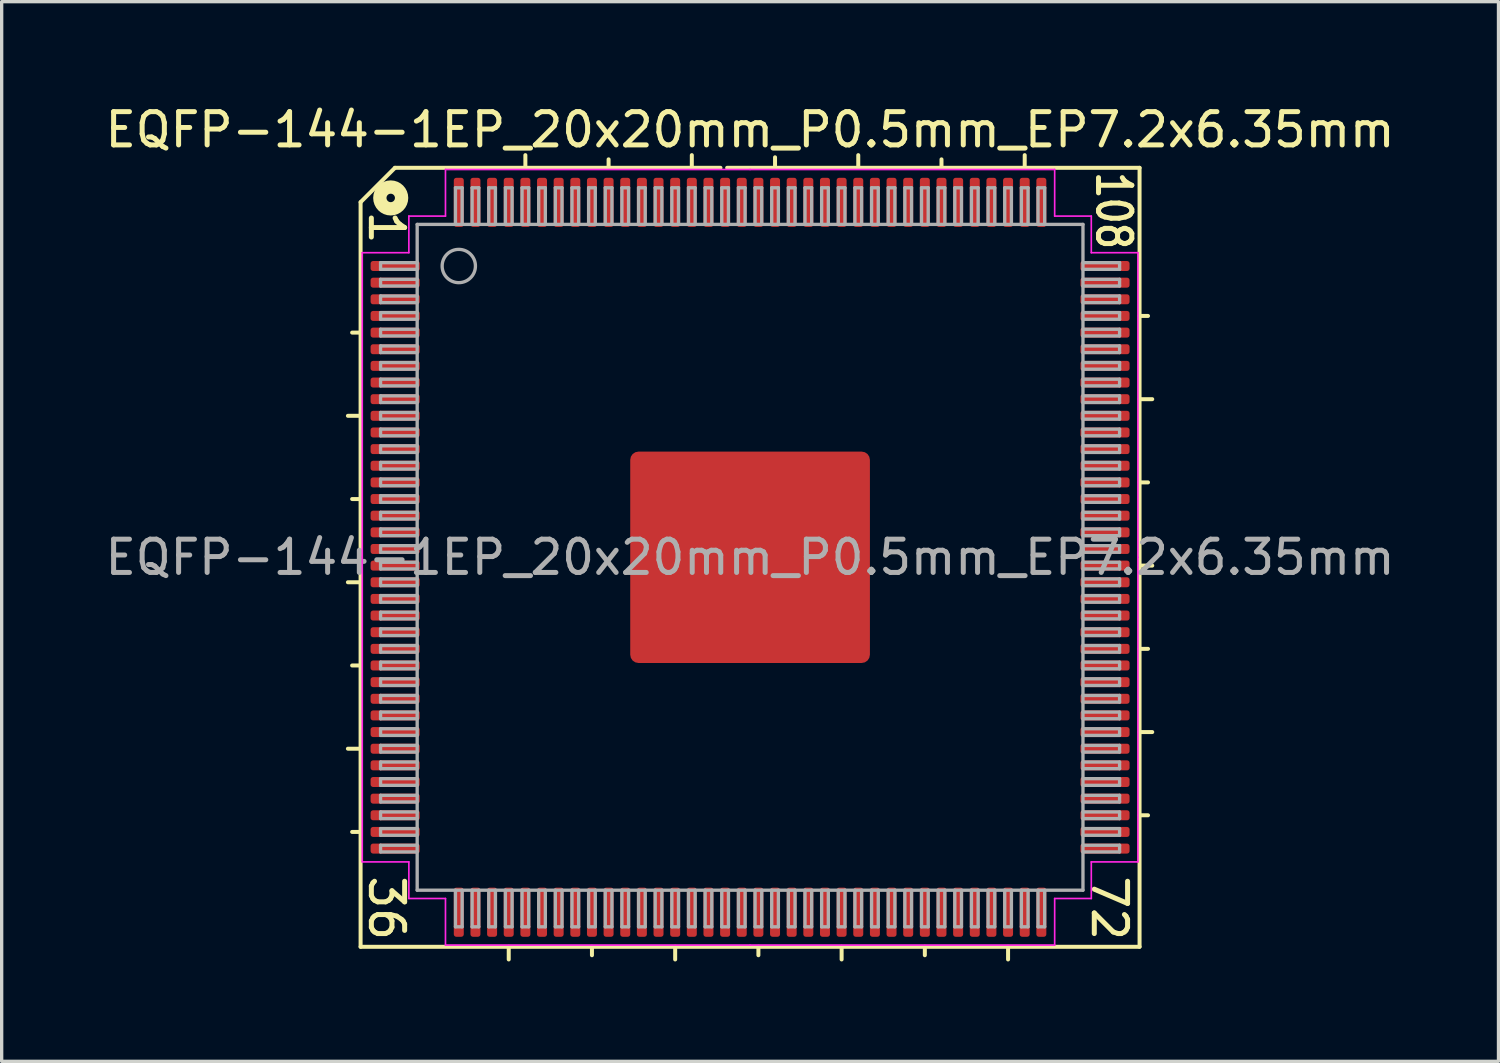
<source format=kicad_pcb>
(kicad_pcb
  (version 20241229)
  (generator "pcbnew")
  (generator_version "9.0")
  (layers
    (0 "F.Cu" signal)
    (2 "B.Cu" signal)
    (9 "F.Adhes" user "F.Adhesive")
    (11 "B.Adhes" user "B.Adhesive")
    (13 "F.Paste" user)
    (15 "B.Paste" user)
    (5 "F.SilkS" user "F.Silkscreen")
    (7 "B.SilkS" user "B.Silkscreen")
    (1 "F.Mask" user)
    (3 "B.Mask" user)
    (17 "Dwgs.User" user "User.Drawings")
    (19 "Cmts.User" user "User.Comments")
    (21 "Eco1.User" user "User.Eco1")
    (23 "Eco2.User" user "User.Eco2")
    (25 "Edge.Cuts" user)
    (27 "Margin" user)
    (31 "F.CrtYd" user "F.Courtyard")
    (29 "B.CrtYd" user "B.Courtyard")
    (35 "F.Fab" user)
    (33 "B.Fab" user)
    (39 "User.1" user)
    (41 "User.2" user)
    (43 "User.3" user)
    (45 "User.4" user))
  (footprint "EQFP-144-1EP_20x20mm_P0.5mm_EP7.2x6.35mm"
    (layer "F.Cu")
    (at 19.482 13.691)
    (property "Reference" "EQFP-144-1EP_20x20mm_P0.5mm_EP7.2x6.35mm" (at 0 -12.843 0) (layer "F.SilkS") (effects (font (size 1 1) (thickness 0.15))))
    (attr smd)
    (fp_line (start -11.7 -10.668) (end -11.7 11.7) (stroke (width 0.12) (type solid)) (layer "F.SilkS"))
    (fp_line (start -11.7 -6.75) (end -11.954 -6.75) (stroke (width 0.12) (type solid)) (layer "F.SilkS"))
    (fp_line (start -11.7 -4.25) (end -12.081 -4.25) (stroke (width 0.12) (type solid)) (layer "F.SilkS"))
    (fp_line (start -11.7 -1.75) (end -11.954 -1.75) (stroke (width 0.12) (type solid)) (layer "F.SilkS"))
    (fp_line (start -11.7 0.75) (end -12.081 0.75) (stroke (width 0.12) (type solid)) (layer "F.SilkS"))
    (fp_line (start -11.7 3.25) (end -11.954 3.25) (stroke (width 0.12) (type solid)) (layer "F.SilkS"))
    (fp_line (start -11.7 5.75) (end -12.081 5.75) (stroke (width 0.12) (type solid)) (layer "F.SilkS"))
    (fp_line (start -11.7 8.25) (end -11.954 8.25) (stroke (width 0.12) (type solid)) (layer "F.SilkS"))
    (fp_line (start -11.7 11.7) (end 11.7 11.7) (stroke (width 0.12) (type solid)) (layer "F.SilkS"))
    (fp_line (start -10.668 -11.7) (end -11.7 -10.668) (stroke (width 0.12) (type solid)) (layer "F.SilkS"))
    (fp_line (start -7.25 11.7) (end -7.25 12.081) (stroke (width 0.12) (type solid)) (layer "F.SilkS"))
    (fp_line (start -6.75 -11.7) (end -6.75 -12.081) (stroke (width 0.12) (type solid)) (layer "F.SilkS"))
    (fp_line (start -4.75 11.7) (end -4.75 11.954) (stroke (width 0.12) (type solid)) (layer "F.SilkS"))
    (fp_line (start -4.25 -11.7) (end -4.25 -11.954) (stroke (width 0.12) (type solid)) (layer "F.SilkS"))
    (fp_line (start -2.25 11.7) (end -2.25 12.081) (stroke (width 0.12) (type solid)) (layer "F.SilkS"))
    (fp_line (start -1.75 -11.7) (end -1.75 -12.081) (stroke (width 0.12) (type solid)) (layer "F.SilkS"))
    (fp_line (start -0.889 -11.7) (end -10.668 -11.7) (stroke (width 0.12) (type solid)) (layer "F.SilkS"))
    (fp_line (start 0.25 11.7) (end 0.25 11.954) (stroke (width 0.12) (type solid)) (layer "F.SilkS"))
    (fp_line (start 0.75 -11.766) (end 0.75 -12.016) (stroke (width 0.12) (type solid)) (layer "F.SilkS"))
    (fp_line (start 2.75 11.7) (end 2.75 12.081) (stroke (width 0.12) (type solid)) (layer "F.SilkS"))
    (fp_line (start 3.25 -11.7) (end 3.25 -12.081) (stroke (width 0.12) (type solid)) (layer "F.SilkS"))
    (fp_line (start 5.25 11.7) (end 5.25 11.954) (stroke (width 0.12) (type solid)) (layer "F.SilkS"))
    (fp_line (start 5.75 -11.7) (end 5.75 -11.954) (stroke (width 0.12) (type solid)) (layer "F.SilkS"))
    (fp_line (start 7.75 11.7) (end 7.75 12.081) (stroke (width 0.12) (type solid)) (layer "F.SilkS"))
    (fp_line (start 8.25 -11.7) (end 8.25 -12.081) (stroke (width 0.12) (type solid)) (layer "F.SilkS"))
    (fp_line (start 11.7 -11.7) (end -0.689 -11.7) (stroke (width 0.12) (type solid)) (layer "F.SilkS"))
    (fp_line (start 11.7 -7.25) (end 11.954 -7.25) (stroke (width 0.12) (type solid)) (layer "F.SilkS"))
    (fp_line (start 11.7 -4.75) (end 12.081 -4.75) (stroke (width 0.12) (type solid)) (layer "F.SilkS"))
    (fp_line (start 11.7 -2.25) (end 11.954 -2.25) (stroke (width 0.12) (type solid)) (layer "F.SilkS"))
    (fp_line (start 11.7 0.25) (end 12.081 0.25) (stroke (width 0.12) (type solid)) (layer "F.SilkS"))
    (fp_line (start 11.7 2.75) (end 11.954 2.75) (stroke (width 0.12) (type solid)) (layer "F.SilkS"))
    (fp_line (start 11.7 5.25) (end 12.081 5.25) (stroke (width 0.12) (type solid)) (layer "F.SilkS"))
    (fp_line (start 11.7 7.75) (end 11.954 7.75) (stroke (width 0.12) (type solid)) (layer "F.SilkS"))
    (fp_line (start 11.7 11.7) (end 11.7 -11.7) (stroke (width 0.12) (type solid)) (layer "F.SilkS"))
    (fp_circle (center -10.795 -10.795) (end -10.668 -10.795) (stroke (width 0.4) (type solid)) (fill no) (layer "F.SilkS"))
    (fp_line (start -11.65 -9.15) (end -11.65 0) (stroke (width 0.05) (type solid)) (layer "F.CrtYd"))
    (fp_line (start -11.65 9.15) (end -11.65 0) (stroke (width 0.05) (type solid)) (layer "F.CrtYd"))
    (fp_line (start -10.25 -10.25) (end -10.25 -9.15) (stroke (width 0.05) (type solid)) (layer "F.CrtYd"))
    (fp_line (start -10.25 -9.15) (end -11.65 -9.15) (stroke (width 0.05) (type solid)) (layer "F.CrtYd"))
    (fp_line (start -10.25 9.15) (end -11.65 9.15) (stroke (width 0.05) (type solid)) (layer "F.CrtYd"))
    (fp_line (start -10.25 10.25) (end -10.25 9.15) (stroke (width 0.05) (type solid)) (layer "F.CrtYd"))
    (fp_line (start -9.15 -11.65) (end -9.15 -10.25) (stroke (width 0.05) (type solid)) (layer "F.CrtYd"))
    (fp_line (start -9.15 -10.25) (end -10.25 -10.25) (stroke (width 0.05) (type solid)) (layer "F.CrtYd"))
    (fp_line (start -9.15 10.25) (end -10.25 10.25) (stroke (width 0.05) (type solid)) (layer "F.CrtYd"))
    (fp_line (start -9.15 11.65) (end -9.15 10.25) (stroke (width 0.05) (type solid)) (layer "F.CrtYd"))
    (fp_line (start 0 -11.65) (end -9.15 -11.65) (stroke (width 0.05) (type solid)) (layer "F.CrtYd"))
    (fp_line (start 0 -11.65) (end 9.15 -11.65) (stroke (width 0.05) (type solid)) (layer "F.CrtYd"))
    (fp_line (start 0 11.65) (end -9.15 11.65) (stroke (width 0.05) (type solid)) (layer "F.CrtYd"))
    (fp_line (start 0 11.65) (end 9.15 11.65) (stroke (width 0.05) (type solid)) (layer "F.CrtYd"))
    (fp_line (start 9.15 -11.65) (end 9.15 -10.25) (stroke (width 0.05) (type solid)) (layer "F.CrtYd"))
    (fp_line (start 9.15 -10.25) (end 10.25 -10.25) (stroke (width 0.05) (type solid)) (layer "F.CrtYd"))
    (fp_line (start 9.15 10.25) (end 10.25 10.25) (stroke (width 0.05) (type solid)) (layer "F.CrtYd"))
    (fp_line (start 9.15 11.65) (end 9.15 10.25) (stroke (width 0.05) (type solid)) (layer "F.CrtYd"))
    (fp_line (start 10.25 -10.25) (end 10.25 -9.15) (stroke (width 0.05) (type solid)) (layer "F.CrtYd"))
    (fp_line (start 10.25 -9.15) (end 11.65 -9.15) (stroke (width 0.05) (type solid)) (layer "F.CrtYd"))
    (fp_line (start 10.25 9.15) (end 11.65 9.15) (stroke (width 0.05) (type solid)) (layer "F.CrtYd"))
    (fp_line (start 10.25 10.25) (end 10.25 9.15) (stroke (width 0.05) (type solid)) (layer "F.CrtYd"))
    (fp_line (start 11.65 -9.15) (end 11.65 0) (stroke (width 0.05) (type solid)) (layer "F.CrtYd"))
    (fp_line (start 11.65 9.15) (end 11.65 0) (stroke (width 0.05) (type solid)) (layer "F.CrtYd"))
    (fp_line (start -11.1 -8.85) (end -11.1 -8.65) (stroke (width 0.1) (type solid)) (layer "F.Fab"))
    (fp_line (start -11.1 -8.85) (end -10 -8.85) (stroke (width 0.1) (type solid)) (layer "F.Fab"))
    (fp_line (start -11.1 -8.65) (end -10 -8.65) (stroke (width 0.1) (type solid)) (layer "F.Fab"))
    (fp_line (start -11.1 -8.35) (end -11.1 -8.15) (stroke (width 0.1) (type solid)) (layer "F.Fab"))
    (fp_line (start -11.1 -8.35) (end -10 -8.35) (stroke (width 0.1) (type solid)) (layer "F.Fab"))
    (fp_line (start -11.1 -8.15) (end -10 -8.15) (stroke (width 0.1) (type solid)) (layer "F.Fab"))
    (fp_line (start -11.1 -7.85) (end -11.1 -7.65) (stroke (width 0.1) (type solid)) (layer "F.Fab"))
    (fp_line (start -11.1 -7.85) (end -10 -7.85) (stroke (width 0.1) (type solid)) (layer "F.Fab"))
    (fp_line (start -11.1 -7.65) (end -10 -7.65) (stroke (width 0.1) (type solid)) (layer "F.Fab"))
    (fp_line (start -11.1 -7.35) (end -11.1 -7.15) (stroke (width 0.1) (type solid)) (layer "F.Fab"))
    (fp_line (start -11.1 -7.35) (end -10 -7.35) (stroke (width 0.1) (type solid)) (layer "F.Fab"))
    (fp_line (start -11.1 -7.15) (end -10 -7.15) (stroke (width 0.1) (type solid)) (layer "F.Fab"))
    (fp_line (start -11.1 -6.85) (end -11.1 -6.65) (stroke (width 0.1) (type solid)) (layer "F.Fab"))
    (fp_line (start -11.1 -6.85) (end -10 -6.85) (stroke (width 0.1) (type solid)) (layer "F.Fab"))
    (fp_line (start -11.1 -6.65) (end -10 -6.65) (stroke (width 0.1) (type solid)) (layer "F.Fab"))
    (fp_line (start -11.1 -6.35) (end -11.1 -6.15) (stroke (width 0.1) (type solid)) (layer "F.Fab"))
    (fp_line (start -11.1 -6.35) (end -10 -6.35) (stroke (width 0.1) (type solid)) (layer "F.Fab"))
    (fp_line (start -11.1 -6.15) (end -10 -6.15) (stroke (width 0.1) (type solid)) (layer "F.Fab"))
    (fp_line (start -11.1 -5.85) (end -11.1 -5.65) (stroke (width 0.1) (type solid)) (layer "F.Fab"))
    (fp_line (start -11.1 -5.85) (end -10 -5.85) (stroke (width 0.1) (type solid)) (layer "F.Fab"))
    (fp_line (start -11.1 -5.65) (end -10 -5.65) (stroke (width 0.1) (type solid)) (layer "F.Fab"))
    (fp_line (start -11.1 -5.35) (end -11.1 -5.15) (stroke (width 0.1) (type solid)) (layer "F.Fab"))
    (fp_line (start -11.1 -5.35) (end -10 -5.35) (stroke (width 0.1) (type solid)) (layer "F.Fab"))
    (fp_line (start -11.1 -5.15) (end -10 -5.15) (stroke (width 0.1) (type solid)) (layer "F.Fab"))
    (fp_line (start -11.1 -4.85) (end -11.1 -4.65) (stroke (width 0.1) (type solid)) (layer "F.Fab"))
    (fp_line (start -11.1 -4.85) (end -10 -4.85) (stroke (width 0.1) (type solid)) (layer "F.Fab"))
    (fp_line (start -11.1 -4.65) (end -10 -4.65) (stroke (width 0.1) (type solid)) (layer "F.Fab"))
    (fp_line (start -11.1 -4.35) (end -11.1 -4.15) (stroke (width 0.1) (type solid)) (layer "F.Fab"))
    (fp_line (start -11.1 -4.35) (end -10 -4.35) (stroke (width 0.1) (type solid)) (layer "F.Fab"))
    (fp_line (start -11.1 -4.15) (end -10 -4.15) (stroke (width 0.1) (type solid)) (layer "F.Fab"))
    (fp_line (start -11.1 -3.85) (end -11.1 -3.65) (stroke (width 0.1) (type solid)) (layer "F.Fab"))
    (fp_line (start -11.1 -3.85) (end -10 -3.85) (stroke (width 0.1) (type solid)) (layer "F.Fab"))
    (fp_line (start -11.1 -3.65) (end -10 -3.65) (stroke (width 0.1) (type solid)) (layer "F.Fab"))
    (fp_line (start -11.1 -3.35) (end -11.1 -3.15) (stroke (width 0.1) (type solid)) (layer "F.Fab"))
    (fp_line (start -11.1 -3.35) (end -10 -3.35) (stroke (width 0.1) (type solid)) (layer "F.Fab"))
    (fp_line (start -11.1 -3.15) (end -10 -3.15) (stroke (width 0.1) (type solid)) (layer "F.Fab"))
    (fp_line (start -11.1 -2.85) (end -11.1 -2.65) (stroke (width 0.1) (type solid)) (layer "F.Fab"))
    (fp_line (start -11.1 -2.85) (end -10 -2.85) (stroke (width 0.1) (type solid)) (layer "F.Fab"))
    (fp_line (start -11.1 -2.65) (end -10 -2.65) (stroke (width 0.1) (type solid)) (layer "F.Fab"))
    (fp_line (start -11.1 -2.35) (end -11.1 -2.15) (stroke (width 0.1) (type solid)) (layer "F.Fab"))
    (fp_line (start -11.1 -2.35) (end -10 -2.35) (stroke (width 0.1) (type solid)) (layer "F.Fab"))
    (fp_line (start -11.1 -2.15) (end -10 -2.15) (stroke (width 0.1) (type solid)) (layer "F.Fab"))
    (fp_line (start -11.1 -1.85) (end -11.1 -1.65) (stroke (width 0.1) (type solid)) (layer "F.Fab"))
    (fp_line (start -11.1 -1.85) (end -10 -1.85) (stroke (width 0.1) (type solid)) (layer "F.Fab"))
    (fp_line (start -11.1 -1.65) (end -10 -1.65) (stroke (width 0.1) (type solid)) (layer "F.Fab"))
    (fp_line (start -11.1 -1.35) (end -11.1 -1.15) (stroke (width 0.1) (type solid)) (layer "F.Fab"))
    (fp_line (start -11.1 -1.35) (end -10 -1.35) (stroke (width 0.1) (type solid)) (layer "F.Fab"))
    (fp_line (start -11.1 -1.15) (end -10 -1.15) (stroke (width 0.1) (type solid)) (layer "F.Fab"))
    (fp_line (start -11.1 -0.85) (end -11.1 -0.65) (stroke (width 0.1) (type solid)) (layer "F.Fab"))
    (fp_line (start -11.1 -0.85) (end -10 -0.85) (stroke (width 0.1) (type solid)) (layer "F.Fab"))
    (fp_line (start -11.1 -0.65) (end -10 -0.65) (stroke (width 0.1) (type solid)) (layer "F.Fab"))
    (fp_line (start -11.1 -0.35) (end -11.1 -0.15) (stroke (width 0.1) (type solid)) (layer "F.Fab"))
    (fp_line (start -11.1 -0.35) (end -10 -0.35) (stroke (width 0.1) (type solid)) (layer "F.Fab"))
    (fp_line (start -11.1 -0.15) (end -10 -0.15) (stroke (width 0.1) (type solid)) (layer "F.Fab"))
    (fp_line (start -11.1 0.15) (end -11.1 0.35) (stroke (width 0.1) (type solid)) (layer "F.Fab"))
    (fp_line (start -11.1 0.15) (end -10 0.15) (stroke (width 0.1) (type solid)) (layer "F.Fab"))
    (fp_line (start -11.1 0.35) (end -10 0.35) (stroke (width 0.1) (type solid)) (layer "F.Fab"))
    (fp_line (start -11.1 0.65) (end -11.1 0.85) (stroke (width 0.1) (type solid)) (layer "F.Fab"))
    (fp_line (start -11.1 0.65) (end -10 0.65) (stroke (width 0.1) (type solid)) (layer "F.Fab"))
    (fp_line (start -11.1 0.85) (end -10 0.85) (stroke (width 0.1) (type solid)) (layer "F.Fab"))
    (fp_line (start -11.1 1.15) (end -11.1 1.35) (stroke (width 0.1) (type solid)) (layer "F.Fab"))
    (fp_line (start -11.1 1.15) (end -10 1.15) (stroke (width 0.1) (type solid)) (layer "F.Fab"))
    (fp_line (start -11.1 1.35) (end -10 1.35) (stroke (width 0.1) (type solid)) (layer "F.Fab"))
    (fp_line (start -11.1 1.65) (end -11.1 1.85) (stroke (width 0.1) (type solid)) (layer "F.Fab"))
    (fp_line (start -11.1 1.65) (end -10 1.65) (stroke (width 0.1) (type solid)) (layer "F.Fab"))
    (fp_line (start -11.1 1.85) (end -10 1.85) (stroke (width 0.1) (type solid)) (layer "F.Fab"))
    (fp_line (start -11.1 2.15) (end -11.1 2.35) (stroke (width 0.1) (type solid)) (layer "F.Fab"))
    (fp_line (start -11.1 2.15) (end -10 2.15) (stroke (width 0.1) (type solid)) (layer "F.Fab"))
    (fp_line (start -11.1 2.35) (end -10 2.35) (stroke (width 0.1) (type solid)) (layer "F.Fab"))
    (fp_line (start -11.1 2.65) (end -11.1 2.85) (stroke (width 0.1) (type solid)) (layer "F.Fab"))
    (fp_line (start -11.1 2.65) (end -10 2.65) (stroke (width 0.1) (type solid)) (layer "F.Fab"))
    (fp_line (start -11.1 2.85) (end -10 2.85) (stroke (width 0.1) (type solid)) (layer "F.Fab"))
    (fp_line (start -11.1 3.15) (end -11.1 3.35) (stroke (width 0.1) (type solid)) (layer "F.Fab"))
    (fp_line (start -11.1 3.15) (end -10 3.15) (stroke (width 0.1) (type solid)) (layer "F.Fab"))
    (fp_line (start -11.1 3.35) (end -10 3.35) (stroke (width 0.1) (type solid)) (layer "F.Fab"))
    (fp_line (start -11.1 3.65) (end -11.1 3.85) (stroke (width 0.1) (type solid)) (layer "F.Fab"))
    (fp_line (start -11.1 3.65) (end -10 3.65) (stroke (width 0.1) (type solid)) (layer "F.Fab"))
    (fp_line (start -11.1 3.85) (end -10 3.85) (stroke (width 0.1) (type solid)) (layer "F.Fab"))
    (fp_line (start -11.1 4.15) (end -11.1 4.35) (stroke (width 0.1) (type solid)) (layer "F.Fab"))
    (fp_line (start -11.1 4.15) (end -10 4.15) (stroke (width 0.1) (type solid)) (layer "F.Fab"))
    (fp_line (start -11.1 4.35) (end -10 4.35) (stroke (width 0.1) (type solid)) (layer "F.Fab"))
    (fp_line (start -11.1 4.65) (end -11.1 4.85) (stroke (width 0.1) (type solid)) (layer "F.Fab"))
    (fp_line (start -11.1 4.65) (end -10 4.65) (stroke (width 0.1) (type solid)) (layer "F.Fab"))
    (fp_line (start -11.1 4.85) (end -10 4.85) (stroke (width 0.1) (type solid)) (layer "F.Fab"))
    (fp_line (start -11.1 5.15) (end -11.1 5.35) (stroke (width 0.1) (type solid)) (layer "F.Fab"))
    (fp_line (start -11.1 5.15) (end -10 5.15) (stroke (width 0.1) (type solid)) (layer "F.Fab"))
    (fp_line (start -11.1 5.35) (end -10 5.35) (stroke (width 0.1) (type solid)) (layer "F.Fab"))
    (fp_line (start -11.1 5.65) (end -11.1 5.85) (stroke (width 0.1) (type solid)) (layer "F.Fab"))
    (fp_line (start -11.1 5.65) (end -10 5.65) (stroke (width 0.1) (type solid)) (layer "F.Fab"))
    (fp_line (start -11.1 5.85) (end -10 5.85) (stroke (width 0.1) (type solid)) (layer "F.Fab"))
    (fp_line (start -11.1 6.15) (end -11.1 6.35) (stroke (width 0.1) (type solid)) (layer "F.Fab"))
    (fp_line (start -11.1 6.15) (end -10 6.15) (stroke (width 0.1) (type solid)) (layer "F.Fab"))
    (fp_line (start -11.1 6.35) (end -10 6.35) (stroke (width 0.1) (type solid)) (layer "F.Fab"))
    (fp_line (start -11.1 6.65) (end -11.1 6.85) (stroke (width 0.1) (type solid)) (layer "F.Fab"))
    (fp_line (start -11.1 6.65) (end -10 6.65) (stroke (width 0.1) (type solid)) (layer "F.Fab"))
    (fp_line (start -11.1 6.85) (end -10 6.85) (stroke (width 0.1) (type solid)) (layer "F.Fab"))
    (fp_line (start -11.1 7.15) (end -11.1 7.35) (stroke (width 0.1) (type solid)) (layer "F.Fab"))
    (fp_line (start -11.1 7.15) (end -10 7.15) (stroke (width 0.1) (type solid)) (layer "F.Fab"))
    (fp_line (start -11.1 7.35) (end -10 7.35) (stroke (width 0.1) (type solid)) (layer "F.Fab"))
    (fp_line (start -11.1 7.65) (end -11.1 7.85) (stroke (width 0.1) (type solid)) (layer "F.Fab"))
    (fp_line (start -11.1 7.65) (end -10 7.65) (stroke (width 0.1) (type solid)) (layer "F.Fab"))
    (fp_line (start -11.1 7.85) (end -10 7.85) (stroke (width 0.1) (type solid)) (layer "F.Fab"))
    (fp_line (start -11.1 8.15) (end -11.1 8.35) (stroke (width 0.1) (type solid)) (layer "F.Fab"))
    (fp_line (start -11.1 8.15) (end -10 8.15) (stroke (width 0.1) (type solid)) (layer "F.Fab"))
    (fp_line (start -11.1 8.35) (end -10 8.35) (stroke (width 0.1) (type solid)) (layer "F.Fab"))
    (fp_line (start -11.1 8.65) (end -11.1 8.85) (stroke (width 0.1) (type solid)) (layer "F.Fab"))
    (fp_line (start -11.1 8.65) (end -10 8.65) (stroke (width 0.1) (type solid)) (layer "F.Fab"))
    (fp_line (start -11.1 8.85) (end -10 8.85) (stroke (width 0.1) (type solid)) (layer "F.Fab"))
    (fp_line (start -10 -10) (end 10 -10) (stroke (width 0.1) (type solid)) (layer "F.Fab"))
    (fp_line (start -10 10) (end -10 -10) (stroke (width 0.1) (type solid)) (layer "F.Fab"))
    (fp_line (start -8.85 -11.1) (end -8.85 -10) (stroke (width 0.1) (type solid)) (layer "F.Fab"))
    (fp_line (start -8.85 11.1) (end -8.85 10) (stroke (width 0.1) (type solid)) (layer "F.Fab"))
    (fp_line (start -8.85 11.1) (end -8.65 11.1) (stroke (width 0.1) (type solid)) (layer "F.Fab"))
    (fp_line (start -8.65 -11.1) (end -8.85 -11.1) (stroke (width 0.1) (type solid)) (layer "F.Fab"))
    (fp_line (start -8.65 -11.1) (end -8.65 -10) (stroke (width 0.1) (type solid)) (layer "F.Fab"))
    (fp_line (start -8.65 11.1) (end -8.65 10) (stroke (width 0.1) (type solid)) (layer "F.Fab"))
    (fp_line (start -8.35 -11.1) (end -8.35 -10) (stroke (width 0.1) (type solid)) (layer "F.Fab"))
    (fp_line (start -8.35 11.1) (end -8.35 10) (stroke (width 0.1) (type solid)) (layer "F.Fab"))
    (fp_line (start -8.35 11.1) (end -8.15 11.1) (stroke (width 0.1) (type solid)) (layer "F.Fab"))
    (fp_line (start -8.15 -11.1) (end -8.35 -11.1) (stroke (width 0.1) (type solid)) (layer "F.Fab"))
    (fp_line (start -8.15 -11.1) (end -8.15 -10) (stroke (width 0.1) (type solid)) (layer "F.Fab"))
    (fp_line (start -8.15 11.1) (end -8.15 10) (stroke (width 0.1) (type solid)) (layer "F.Fab"))
    (fp_line (start -7.85 -11.1) (end -7.85 -10) (stroke (width 0.1) (type solid)) (layer "F.Fab"))
    (fp_line (start -7.85 11.1) (end -7.85 10) (stroke (width 0.1) (type solid)) (layer "F.Fab"))
    (fp_line (start -7.85 11.1) (end -7.65 11.1) (stroke (width 0.1) (type solid)) (layer "F.Fab"))
    (fp_line (start -7.65 -11.1) (end -7.85 -11.1) (stroke (width 0.1) (type solid)) (layer "F.Fab"))
    (fp_line (start -7.65 -11.1) (end -7.65 -10) (stroke (width 0.1) (type solid)) (layer "F.Fab"))
    (fp_line (start -7.65 11.1) (end -7.65 10) (stroke (width 0.1) (type solid)) (layer "F.Fab"))
    (fp_line (start -7.35 -11.1) (end -7.35 -10) (stroke (width 0.1) (type solid)) (layer "F.Fab"))
    (fp_line (start -7.35 11.1) (end -7.35 10) (stroke (width 0.1) (type solid)) (layer "F.Fab"))
    (fp_line (start -7.35 11.1) (end -7.15 11.1) (stroke (width 0.1) (type solid)) (layer "F.Fab"))
    (fp_line (start -7.15 -11.1) (end -7.35 -11.1) (stroke (width 0.1) (type solid)) (layer "F.Fab"))
    (fp_line (start -7.15 -11.1) (end -7.15 -10) (stroke (width 0.1) (type solid)) (layer "F.Fab"))
    (fp_line (start -7.15 11.1) (end -7.15 10) (stroke (width 0.1) (type solid)) (layer "F.Fab"))
    (fp_line (start -6.85 -11.1) (end -6.85 -10) (stroke (width 0.1) (type solid)) (layer "F.Fab"))
    (fp_line (start -6.85 11.1) (end -6.85 10) (stroke (width 0.1) (type solid)) (layer "F.Fab"))
    (fp_line (start -6.85 11.1) (end -6.65 11.1) (stroke (width 0.1) (type solid)) (layer "F.Fab"))
    (fp_line (start -6.65 -11.1) (end -6.85 -11.1) (stroke (width 0.1) (type solid)) (layer "F.Fab"))
    (fp_line (start -6.65 -11.1) (end -6.65 -10) (stroke (width 0.1) (type solid)) (layer "F.Fab"))
    (fp_line (start -6.65 11.1) (end -6.65 10) (stroke (width 0.1) (type solid)) (layer "F.Fab"))
    (fp_line (start -6.35 -11.1) (end -6.35 -10) (stroke (width 0.1) (type solid)) (layer "F.Fab"))
    (fp_line (start -6.35 11.1) (end -6.35 10) (stroke (width 0.1) (type solid)) (layer "F.Fab"))
    (fp_line (start -6.35 11.1) (end -6.15 11.1) (stroke (width 0.1) (type solid)) (layer "F.Fab"))
    (fp_line (start -6.15 -11.1) (end -6.35 -11.1) (stroke (width 0.1) (type solid)) (layer "F.Fab"))
    (fp_line (start -6.15 -11.1) (end -6.15 -10) (stroke (width 0.1) (type solid)) (layer "F.Fab"))
    (fp_line (start -6.15 11.1) (end -6.15 10) (stroke (width 0.1) (type solid)) (layer "F.Fab"))
    (fp_line (start -5.85 -11.1) (end -5.85 -10) (stroke (width 0.1) (type solid)) (layer "F.Fab"))
    (fp_line (start -5.85 11.1) (end -5.85 10) (stroke (width 0.1) (type solid)) (layer "F.Fab"))
    (fp_line (start -5.85 11.1) (end -5.65 11.1) (stroke (width 0.1) (type solid)) (layer "F.Fab"))
    (fp_line (start -5.65 -11.1) (end -5.85 -11.1) (stroke (width 0.1) (type solid)) (layer "F.Fab"))
    (fp_line (start -5.65 -11.1) (end -5.65 -10) (stroke (width 0.1) (type solid)) (layer "F.Fab"))
    (fp_line (start -5.65 11.1) (end -5.65 10) (stroke (width 0.1) (type solid)) (layer "F.Fab"))
    (fp_line (start -5.35 -11.1) (end -5.35 -10) (stroke (width 0.1) (type solid)) (layer "F.Fab"))
    (fp_line (start -5.35 11.1) (end -5.35 10) (stroke (width 0.1) (type solid)) (layer "F.Fab"))
    (fp_line (start -5.35 11.1) (end -5.15 11.1) (stroke (width 0.1) (type solid)) (layer "F.Fab"))
    (fp_line (start -5.15 -11.1) (end -5.35 -11.1) (stroke (width 0.1) (type solid)) (layer "F.Fab"))
    (fp_line (start -5.15 -11.1) (end -5.15 -10) (stroke (width 0.1) (type solid)) (layer "F.Fab"))
    (fp_line (start -5.15 11.1) (end -5.15 10) (stroke (width 0.1) (type solid)) (layer "F.Fab"))
    (fp_line (start -4.85 -11.1) (end -4.85 -10) (stroke (width 0.1) (type solid)) (layer "F.Fab"))
    (fp_line (start -4.85 11.1) (end -4.85 10) (stroke (width 0.1) (type solid)) (layer "F.Fab"))
    (fp_line (start -4.85 11.1) (end -4.65 11.1) (stroke (width 0.1) (type solid)) (layer "F.Fab"))
    (fp_line (start -4.65 -11.1) (end -4.85 -11.1) (stroke (width 0.1) (type solid)) (layer "F.Fab"))
    (fp_line (start -4.65 -11.1) (end -4.65 -10) (stroke (width 0.1) (type solid)) (layer "F.Fab"))
    (fp_line (start -4.65 11.1) (end -4.65 10) (stroke (width 0.1) (type solid)) (layer "F.Fab"))
    (fp_line (start -4.35 -11.1) (end -4.35 -10) (stroke (width 0.1) (type solid)) (layer "F.Fab"))
    (fp_line (start -4.35 11.1) (end -4.35 10) (stroke (width 0.1) (type solid)) (layer "F.Fab"))
    (fp_line (start -4.35 11.1) (end -4.15 11.1) (stroke (width 0.1) (type solid)) (layer "F.Fab"))
    (fp_line (start -4.15 -11.1) (end -4.35 -11.1) (stroke (width 0.1) (type solid)) (layer "F.Fab"))
    (fp_line (start -4.15 -11.1) (end -4.15 -10) (stroke (width 0.1) (type solid)) (layer "F.Fab"))
    (fp_line (start -4.15 11.1) (end -4.15 10) (stroke (width 0.1) (type solid)) (layer "F.Fab"))
    (fp_line (start -3.85 -11.1) (end -3.85 -10) (stroke (width 0.1) (type solid)) (layer "F.Fab"))
    (fp_line (start -3.85 11.1) (end -3.85 10) (stroke (width 0.1) (type solid)) (layer "F.Fab"))
    (fp_line (start -3.85 11.1) (end -3.65 11.1) (stroke (width 0.1) (type solid)) (layer "F.Fab"))
    (fp_line (start -3.65 -11.1) (end -3.85 -11.1) (stroke (width 0.1) (type solid)) (layer "F.Fab"))
    (fp_line (start -3.65 -11.1) (end -3.65 -10) (stroke (width 0.1) (type solid)) (layer "F.Fab"))
    (fp_line (start -3.65 11.1) (end -3.65 10) (stroke (width 0.1) (type solid)) (layer "F.Fab"))
    (fp_line (start -3.35 -11.1) (end -3.35 -10) (stroke (width 0.1) (type solid)) (layer "F.Fab"))
    (fp_line (start -3.35 11.1) (end -3.35 10) (stroke (width 0.1) (type solid)) (layer "F.Fab"))
    (fp_line (start -3.35 11.1) (end -3.15 11.1) (stroke (width 0.1) (type solid)) (layer "F.Fab"))
    (fp_line (start -3.15 -11.1) (end -3.35 -11.1) (stroke (width 0.1) (type solid)) (layer "F.Fab"))
    (fp_line (start -3.15 -11.1) (end -3.15 -10) (stroke (width 0.1) (type solid)) (layer "F.Fab"))
    (fp_line (start -3.15 11.1) (end -3.15 10) (stroke (width 0.1) (type solid)) (layer "F.Fab"))
    (fp_line (start -2.85 -11.1) (end -2.85 -10) (stroke (width 0.1) (type solid)) (layer "F.Fab"))
    (fp_line (start -2.85 11.1) (end -2.85 10) (stroke (width 0.1) (type solid)) (layer "F.Fab"))
    (fp_line (start -2.85 11.1) (end -2.65 11.1) (stroke (width 0.1) (type solid)) (layer "F.Fab"))
    (fp_line (start -2.65 -11.1) (end -2.85 -11.1) (stroke (width 0.1) (type solid)) (layer "F.Fab"))
    (fp_line (start -2.65 -11.1) (end -2.65 -10) (stroke (width 0.1) (type solid)) (layer "F.Fab"))
    (fp_line (start -2.65 11.1) (end -2.65 10) (stroke (width 0.1) (type solid)) (layer "F.Fab"))
    (fp_line (start -2.35 -11.1) (end -2.35 -10) (stroke (width 0.1) (type solid)) (layer "F.Fab"))
    (fp_line (start -2.35 11.1) (end -2.35 10) (stroke (width 0.1) (type solid)) (layer "F.Fab"))
    (fp_line (start -2.35 11.1) (end -2.15 11.1) (stroke (width 0.1) (type solid)) (layer "F.Fab"))
    (fp_line (start -2.15 -11.1) (end -2.35 -11.1) (stroke (width 0.1) (type solid)) (layer "F.Fab"))
    (fp_line (start -2.15 -11.1) (end -2.15 -10) (stroke (width 0.1) (type solid)) (layer "F.Fab"))
    (fp_line (start -2.15 11.1) (end -2.15 10) (stroke (width 0.1) (type solid)) (layer "F.Fab"))
    (fp_line (start -1.85 -11.1) (end -1.85 -10) (stroke (width 0.1) (type solid)) (layer "F.Fab"))
    (fp_line (start -1.85 11.1) (end -1.85 10) (stroke (width 0.1) (type solid)) (layer "F.Fab"))
    (fp_line (start -1.85 11.1) (end -1.65 11.1) (stroke (width 0.1) (type solid)) (layer "F.Fab"))
    (fp_line (start -1.65 -11.1) (end -1.85 -11.1) (stroke (width 0.1) (type solid)) (layer "F.Fab"))
    (fp_line (start -1.65 -11.1) (end -1.65 -10) (stroke (width 0.1) (type solid)) (layer "F.Fab"))
    (fp_line (start -1.65 11.1) (end -1.65 10) (stroke (width 0.1) (type solid)) (layer "F.Fab"))
    (fp_line (start -1.35 -11.1) (end -1.35 -10) (stroke (width 0.1) (type solid)) (layer "F.Fab"))
    (fp_line (start -1.35 11.1) (end -1.35 10) (stroke (width 0.1) (type solid)) (layer "F.Fab"))
    (fp_line (start -1.35 11.1) (end -1.15 11.1) (stroke (width 0.1) (type solid)) (layer "F.Fab"))
    (fp_line (start -1.15 -11.1) (end -1.35 -11.1) (stroke (width 0.1) (type solid)) (layer "F.Fab"))
    (fp_line (start -1.15 -11.1) (end -1.15 -10) (stroke (width 0.1) (type solid)) (layer "F.Fab"))
    (fp_line (start -1.15 11.1) (end -1.15 10) (stroke (width 0.1) (type solid)) (layer "F.Fab"))
    (fp_line (start -0.85 -11.1) (end -0.85 -10) (stroke (width 0.1) (type solid)) (layer "F.Fab"))
    (fp_line (start -0.85 11.1) (end -0.85 10) (stroke (width 0.1) (type solid)) (layer "F.Fab"))
    (fp_line (start -0.85 11.1) (end -0.65 11.1) (stroke (width 0.1) (type solid)) (layer "F.Fab"))
    (fp_line (start -0.65 -11.1) (end -0.85 -11.1) (stroke (width 0.1) (type solid)) (layer "F.Fab"))
    (fp_line (start -0.65 -11.1) (end -0.65 -10) (stroke (width 0.1) (type solid)) (layer "F.Fab"))
    (fp_line (start -0.65 11.1) (end -0.65 10) (stroke (width 0.1) (type solid)) (layer "F.Fab"))
    (fp_line (start -0.35 -11.1) (end -0.35 -10) (stroke (width 0.1) (type solid)) (layer "F.Fab"))
    (fp_line (start -0.35 11.1) (end -0.35 10) (stroke (width 0.1) (type solid)) (layer "F.Fab"))
    (fp_line (start -0.35 11.1) (end -0.15 11.1) (stroke (width 0.1) (type solid)) (layer "F.Fab"))
    (fp_line (start -0.15 -11.1) (end -0.35 -11.1) (stroke (width 0.1) (type solid)) (layer "F.Fab"))
    (fp_line (start -0.15 -11.1) (end -0.15 -10) (stroke (width 0.1) (type solid)) (layer "F.Fab"))
    (fp_line (start -0.15 11.1) (end -0.15 10) (stroke (width 0.1) (type solid)) (layer "F.Fab"))
    (fp_line (start 0.15 -11.1) (end 0.15 -10) (stroke (width 0.1) (type solid)) (layer "F.Fab"))
    (fp_line (start 0.15 11.1) (end 0.15 10) (stroke (width 0.1) (type solid)) (layer "F.Fab"))
    (fp_line (start 0.15 11.1) (end 0.35 11.1) (stroke (width 0.1) (type solid)) (layer "F.Fab"))
    (fp_line (start 0.35 -11.1) (end 0.15 -11.1) (stroke (width 0.1) (type solid)) (layer "F.Fab"))
    (fp_line (start 0.35 -11.1) (end 0.35 -10) (stroke (width 0.1) (type solid)) (layer "F.Fab"))
    (fp_line (start 0.35 11.1) (end 0.35 10) (stroke (width 0.1) (type solid)) (layer "F.Fab"))
    (fp_line (start 0.65 -11.1) (end 0.65 -10) (stroke (width 0.1) (type solid)) (layer "F.Fab"))
    (fp_line (start 0.65 11.1) (end 0.65 10) (stroke (width 0.1) (type solid)) (layer "F.Fab"))
    (fp_line (start 0.65 11.1) (end 0.85 11.1) (stroke (width 0.1) (type solid)) (layer "F.Fab"))
    (fp_line (start 0.85 -11.1) (end 0.65 -11.1) (stroke (width 0.1) (type solid)) (layer "F.Fab"))
    (fp_line (start 0.85 -11.1) (end 0.85 -10) (stroke (width 0.1) (type solid)) (layer "F.Fab"))
    (fp_line (start 0.85 11.1) (end 0.85 10) (stroke (width 0.1) (type solid)) (layer "F.Fab"))
    (fp_line (start 1.15 -11.1) (end 1.15 -10) (stroke (width 0.1) (type solid)) (layer "F.Fab"))
    (fp_line (start 1.15 11.1) (end 1.15 10) (stroke (width 0.1) (type solid)) (layer "F.Fab"))
    (fp_line (start 1.15 11.1) (end 1.35 11.1) (stroke (width 0.1) (type solid)) (layer "F.Fab"))
    (fp_line (start 1.35 -11.1) (end 1.15 -11.1) (stroke (width 0.1) (type solid)) (layer "F.Fab"))
    (fp_line (start 1.35 -11.1) (end 1.35 -10) (stroke (width 0.1) (type solid)) (layer "F.Fab"))
    (fp_line (start 1.35 11.1) (end 1.35 10) (stroke (width 0.1) (type solid)) (layer "F.Fab"))
    (fp_line (start 1.65 -11.1) (end 1.65 -10) (stroke (width 0.1) (type solid)) (layer "F.Fab"))
    (fp_line (start 1.65 11.1) (end 1.65 10) (stroke (width 0.1) (type solid)) (layer "F.Fab"))
    (fp_line (start 1.65 11.1) (end 1.85 11.1) (stroke (width 0.1) (type solid)) (layer "F.Fab"))
    (fp_line (start 1.85 -11.1) (end 1.65 -11.1) (stroke (width 0.1) (type solid)) (layer "F.Fab"))
    (fp_line (start 1.85 -11.1) (end 1.85 -10) (stroke (width 0.1) (type solid)) (layer "F.Fab"))
    (fp_line (start 1.85 11.1) (end 1.85 10) (stroke (width 0.1) (type solid)) (layer "F.Fab"))
    (fp_line (start 2.15 -11.1) (end 2.15 -10) (stroke (width 0.1) (type solid)) (layer "F.Fab"))
    (fp_line (start 2.15 11.1) (end 2.15 10) (stroke (width 0.1) (type solid)) (layer "F.Fab"))
    (fp_line (start 2.15 11.1) (end 2.35 11.1) (stroke (width 0.1) (type solid)) (layer "F.Fab"))
    (fp_line (start 2.35 -11.1) (end 2.15 -11.1) (stroke (width 0.1) (type solid)) (layer "F.Fab"))
    (fp_line (start 2.35 -11.1) (end 2.35 -10) (stroke (width 0.1) (type solid)) (layer "F.Fab"))
    (fp_line (start 2.35 11.1) (end 2.35 10) (stroke (width 0.1) (type solid)) (layer "F.Fab"))
    (fp_line (start 2.65 -11.1) (end 2.65 -10) (stroke (width 0.1) (type solid)) (layer "F.Fab"))
    (fp_line (start 2.65 11.1) (end 2.65 10) (stroke (width 0.1) (type solid)) (layer "F.Fab"))
    (fp_line (start 2.65 11.1) (end 2.85 11.1) (stroke (width 0.1) (type solid)) (layer "F.Fab"))
    (fp_line (start 2.85 -11.1) (end 2.65 -11.1) (stroke (width 0.1) (type solid)) (layer "F.Fab"))
    (fp_line (start 2.85 -11.1) (end 2.85 -10) (stroke (width 0.1) (type solid)) (layer "F.Fab"))
    (fp_line (start 2.85 11.1) (end 2.85 10) (stroke (width 0.1) (type solid)) (layer "F.Fab"))
    (fp_line (start 3.15 -11.1) (end 3.15 -10) (stroke (width 0.1) (type solid)) (layer "F.Fab"))
    (fp_line (start 3.15 11.1) (end 3.15 10) (stroke (width 0.1) (type solid)) (layer "F.Fab"))
    (fp_line (start 3.15 11.1) (end 3.35 11.1) (stroke (width 0.1) (type solid)) (layer "F.Fab"))
    (fp_line (start 3.35 -11.1) (end 3.15 -11.1) (stroke (width 0.1) (type solid)) (layer "F.Fab"))
    (fp_line (start 3.35 -11.1) (end 3.35 -10) (stroke (width 0.1) (type solid)) (layer "F.Fab"))
    (fp_line (start 3.35 11.1) (end 3.35 10) (stroke (width 0.1) (type solid)) (layer "F.Fab"))
    (fp_line (start 3.65 -11.1) (end 3.65 -10) (stroke (width 0.1) (type solid)) (layer "F.Fab"))
    (fp_line (start 3.65 11.1) (end 3.65 10) (stroke (width 0.1) (type solid)) (layer "F.Fab"))
    (fp_line (start 3.65 11.1) (end 3.85 11.1) (stroke (width 0.1) (type solid)) (layer "F.Fab"))
    (fp_line (start 3.85 -11.1) (end 3.65 -11.1) (stroke (width 0.1) (type solid)) (layer "F.Fab"))
    (fp_line (start 3.85 -11.1) (end 3.85 -10) (stroke (width 0.1) (type solid)) (layer "F.Fab"))
    (fp_line (start 3.85 11.1) (end 3.85 10) (stroke (width 0.1) (type solid)) (layer "F.Fab"))
    (fp_line (start 4.15 -11.1) (end 4.15 -10) (stroke (width 0.1) (type solid)) (layer "F.Fab"))
    (fp_line (start 4.15 11.1) (end 4.15 10) (stroke (width 0.1) (type solid)) (layer "F.Fab"))
    (fp_line (start 4.15 11.1) (end 4.35 11.1) (stroke (width 0.1) (type solid)) (layer "F.Fab"))
    (fp_line (start 4.35 -11.1) (end 4.15 -11.1) (stroke (width 0.1) (type solid)) (layer "F.Fab"))
    (fp_line (start 4.35 -11.1) (end 4.35 -10) (stroke (width 0.1) (type solid)) (layer "F.Fab"))
    (fp_line (start 4.35 11.1) (end 4.35 10) (stroke (width 0.1) (type solid)) (layer "F.Fab"))
    (fp_line (start 4.65 -11.1) (end 4.65 -10) (stroke (width 0.1) (type solid)) (layer "F.Fab"))
    (fp_line (start 4.65 11.1) (end 4.65 10) (stroke (width 0.1) (type solid)) (layer "F.Fab"))
    (fp_line (start 4.65 11.1) (end 4.85 11.1) (stroke (width 0.1) (type solid)) (layer "F.Fab"))
    (fp_line (start 4.85 -11.1) (end 4.65 -11.1) (stroke (width 0.1) (type solid)) (layer "F.Fab"))
    (fp_line (start 4.85 -11.1) (end 4.85 -10) (stroke (width 0.1) (type solid)) (layer "F.Fab"))
    (fp_line (start 4.85 11.1) (end 4.85 10) (stroke (width 0.1) (type solid)) (layer "F.Fab"))
    (fp_line (start 5.15 -11.1) (end 5.15 -10) (stroke (width 0.1) (type solid)) (layer "F.Fab"))
    (fp_line (start 5.15 11.1) (end 5.15 10) (stroke (width 0.1) (type solid)) (layer "F.Fab"))
    (fp_line (start 5.15 11.1) (end 5.35 11.1) (stroke (width 0.1) (type solid)) (layer "F.Fab"))
    (fp_line (start 5.35 -11.1) (end 5.15 -11.1) (stroke (width 0.1) (type solid)) (layer "F.Fab"))
    (fp_line (start 5.35 -11.1) (end 5.35 -10) (stroke (width 0.1) (type solid)) (layer "F.Fab"))
    (fp_line (start 5.35 11.1) (end 5.35 10) (stroke (width 0.1) (type solid)) (layer "F.Fab"))
    (fp_line (start 5.65 -11.1) (end 5.65 -10) (stroke (width 0.1) (type solid)) (layer "F.Fab"))
    (fp_line (start 5.65 11.1) (end 5.65 10) (stroke (width 0.1) (type solid)) (layer "F.Fab"))
    (fp_line (start 5.65 11.1) (end 5.85 11.1) (stroke (width 0.1) (type solid)) (layer "F.Fab"))
    (fp_line (start 5.85 -11.1) (end 5.65 -11.1) (stroke (width 0.1) (type solid)) (layer "F.Fab"))
    (fp_line (start 5.85 -11.1) (end 5.85 -10) (stroke (width 0.1) (type solid)) (layer "F.Fab"))
    (fp_line (start 5.85 11.1) (end 5.85 10) (stroke (width 0.1) (type solid)) (layer "F.Fab"))
    (fp_line (start 6.15 -11.1) (end 6.15 -10) (stroke (width 0.1) (type solid)) (layer "F.Fab"))
    (fp_line (start 6.15 11.1) (end 6.15 10) (stroke (width 0.1) (type solid)) (layer "F.Fab"))
    (fp_line (start 6.15 11.1) (end 6.35 11.1) (stroke (width 0.1) (type solid)) (layer "F.Fab"))
    (fp_line (start 6.35 -11.1) (end 6.15 -11.1) (stroke (width 0.1) (type solid)) (layer "F.Fab"))
    (fp_line (start 6.35 -11.1) (end 6.35 -10) (stroke (width 0.1) (type solid)) (layer "F.Fab"))
    (fp_line (start 6.35 11.1) (end 6.35 10) (stroke (width 0.1) (type solid)) (layer "F.Fab"))
    (fp_line (start 6.65 -11.1) (end 6.65 -10) (stroke (width 0.1) (type solid)) (layer "F.Fab"))
    (fp_line (start 6.65 11.1) (end 6.65 10) (stroke (width 0.1) (type solid)) (layer "F.Fab"))
    (fp_line (start 6.65 11.1) (end 6.85 11.1) (stroke (width 0.1) (type solid)) (layer "F.Fab"))
    (fp_line (start 6.85 -11.1) (end 6.65 -11.1) (stroke (width 0.1) (type solid)) (layer "F.Fab"))
    (fp_line (start 6.85 -11.1) (end 6.85 -10) (stroke (width 0.1) (type solid)) (layer "F.Fab"))
    (fp_line (start 6.85 11.1) (end 6.85 10) (stroke (width 0.1) (type solid)) (layer "F.Fab"))
    (fp_line (start 7.15 -11.1) (end 7.15 -10) (stroke (width 0.1) (type solid)) (layer "F.Fab"))
    (fp_line (start 7.15 11.1) (end 7.15 10) (stroke (width 0.1) (type solid)) (layer "F.Fab"))
    (fp_line (start 7.15 11.1) (end 7.35 11.1) (stroke (width 0.1) (type solid)) (layer "F.Fab"))
    (fp_line (start 7.35 -11.1) (end 7.15 -11.1) (stroke (width 0.1) (type solid)) (layer "F.Fab"))
    (fp_line (start 7.35 -11.1) (end 7.35 -10) (stroke (width 0.1) (type solid)) (layer "F.Fab"))
    (fp_line (start 7.35 11.1) (end 7.35 10) (stroke (width 0.1) (type solid)) (layer "F.Fab"))
    (fp_line (start 7.65 -11.1) (end 7.65 -10) (stroke (width 0.1) (type solid)) (layer "F.Fab"))
    (fp_line (start 7.65 11.1) (end 7.65 10) (stroke (width 0.1) (type solid)) (layer "F.Fab"))
    (fp_line (start 7.65 11.1) (end 7.85 11.1) (stroke (width 0.1) (type solid)) (layer "F.Fab"))
    (fp_line (start 7.85 -11.1) (end 7.65 -11.1) (stroke (width 0.1) (type solid)) (layer "F.Fab"))
    (fp_line (start 7.85 -11.1) (end 7.85 -10) (stroke (width 0.1) (type solid)) (layer "F.Fab"))
    (fp_line (start 7.85 11.1) (end 7.85 10) (stroke (width 0.1) (type solid)) (layer "F.Fab"))
    (fp_line (start 8.15 -11.1) (end 8.15 -10) (stroke (width 0.1) (type solid)) (layer "F.Fab"))
    (fp_line (start 8.15 11.1) (end 8.15 10) (stroke (width 0.1) (type solid)) (layer "F.Fab"))
    (fp_line (start 8.15 11.1) (end 8.35 11.1) (stroke (width 0.1) (type solid)) (layer "F.Fab"))
    (fp_line (start 8.35 -11.1) (end 8.15 -11.1) (stroke (width 0.1) (type solid)) (layer "F.Fab"))
    (fp_line (start 8.35 -11.1) (end 8.35 -10) (stroke (width 0.1) (type solid)) (layer "F.Fab"))
    (fp_line (start 8.35 11.1) (end 8.35 10) (stroke (width 0.1) (type solid)) (layer "F.Fab"))
    (fp_line (start 8.65 -11.1) (end 8.65 -10) (stroke (width 0.1) (type solid)) (layer "F.Fab"))
    (fp_line (start 8.65 11.1) (end 8.65 10) (stroke (width 0.1) (type solid)) (layer "F.Fab"))
    (fp_line (start 8.65 11.1) (end 8.85 11.1) (stroke (width 0.1) (type solid)) (layer "F.Fab"))
    (fp_line (start 8.85 -11.1) (end 8.65 -11.1) (stroke (width 0.1) (type solid)) (layer "F.Fab"))
    (fp_line (start 8.85 -11.1) (end 8.85 -10) (stroke (width 0.1) (type solid)) (layer "F.Fab"))
    (fp_line (start 8.85 11.1) (end 8.85 10) (stroke (width 0.1) (type solid)) (layer "F.Fab"))
    (fp_line (start 10 -10) (end 10 10) (stroke (width 0.1) (type solid)) (layer "F.Fab"))
    (fp_line (start 10 10) (end -10 10) (stroke (width 0.1) (type solid)) (layer "F.Fab"))
    (fp_line (start 11.1 -8.85) (end 10 -8.85) (stroke (width 0.1) (type solid)) (layer "F.Fab"))
    (fp_line (start 11.1 -8.65) (end 10 -8.65) (stroke (width 0.1) (type solid)) (layer "F.Fab"))
    (fp_line (start 11.1 -8.65) (end 11.1 -8.85) (stroke (width 0.1) (type solid)) (layer "F.Fab"))
    (fp_line (start 11.1 -8.35) (end 10 -8.35) (stroke (width 0.1) (type solid)) (layer "F.Fab"))
    (fp_line (start 11.1 -8.15) (end 10 -8.15) (stroke (width 0.1) (type solid)) (layer "F.Fab"))
    (fp_line (start 11.1 -8.15) (end 11.1 -8.35) (stroke (width 0.1) (type solid)) (layer "F.Fab"))
    (fp_line (start 11.1 -7.85) (end 10 -7.85) (stroke (width 0.1) (type solid)) (layer "F.Fab"))
    (fp_line (start 11.1 -7.65) (end 10 -7.65) (stroke (width 0.1) (type solid)) (layer "F.Fab"))
    (fp_line (start 11.1 -7.65) (end 11.1 -7.85) (stroke (width 0.1) (type solid)) (layer "F.Fab"))
    (fp_line (start 11.1 -7.35) (end 10 -7.35) (stroke (width 0.1) (type solid)) (layer "F.Fab"))
    (fp_line (start 11.1 -7.15) (end 10 -7.15) (stroke (width 0.1) (type solid)) (layer "F.Fab"))
    (fp_line (start 11.1 -7.15) (end 11.1 -7.35) (stroke (width 0.1) (type solid)) (layer "F.Fab"))
    (fp_line (start 11.1 -6.85) (end 10 -6.85) (stroke (width 0.1) (type solid)) (layer "F.Fab"))
    (fp_line (start 11.1 -6.65) (end 10 -6.65) (stroke (width 0.1) (type solid)) (layer "F.Fab"))
    (fp_line (start 11.1 -6.65) (end 11.1 -6.85) (stroke (width 0.1) (type solid)) (layer "F.Fab"))
    (fp_line (start 11.1 -6.35) (end 10 -6.35) (stroke (width 0.1) (type solid)) (layer "F.Fab"))
    (fp_line (start 11.1 -6.15) (end 10 -6.15) (stroke (width 0.1) (type solid)) (layer "F.Fab"))
    (fp_line (start 11.1 -6.15) (end 11.1 -6.35) (stroke (width 0.1) (type solid)) (layer "F.Fab"))
    (fp_line (start 11.1 -5.85) (end 10 -5.85) (stroke (width 0.1) (type solid)) (layer "F.Fab"))
    (fp_line (start 11.1 -5.65) (end 10 -5.65) (stroke (width 0.1) (type solid)) (layer "F.Fab"))
    (fp_line (start 11.1 -5.65) (end 11.1 -5.85) (stroke (width 0.1) (type solid)) (layer "F.Fab"))
    (fp_line (start 11.1 -5.35) (end 10 -5.35) (stroke (width 0.1) (type solid)) (layer "F.Fab"))
    (fp_line (start 11.1 -5.15) (end 10 -5.15) (stroke (width 0.1) (type solid)) (layer "F.Fab"))
    (fp_line (start 11.1 -5.15) (end 11.1 -5.35) (stroke (width 0.1) (type solid)) (layer "F.Fab"))
    (fp_line (start 11.1 -4.85) (end 10 -4.85) (stroke (width 0.1) (type solid)) (layer "F.Fab"))
    (fp_line (start 11.1 -4.65) (end 10 -4.65) (stroke (width 0.1) (type solid)) (layer "F.Fab"))
    (fp_line (start 11.1 -4.65) (end 11.1 -4.85) (stroke (width 0.1) (type solid)) (layer "F.Fab"))
    (fp_line (start 11.1 -4.35) (end 10 -4.35) (stroke (width 0.1) (type solid)) (layer "F.Fab"))
    (fp_line (start 11.1 -4.15) (end 10 -4.15) (stroke (width 0.1) (type solid)) (layer "F.Fab"))
    (fp_line (start 11.1 -4.15) (end 11.1 -4.35) (stroke (width 0.1) (type solid)) (layer "F.Fab"))
    (fp_line (start 11.1 -3.85) (end 10 -3.85) (stroke (width 0.1) (type solid)) (layer "F.Fab"))
    (fp_line (start 11.1 -3.65) (end 10 -3.65) (stroke (width 0.1) (type solid)) (layer "F.Fab"))
    (fp_line (start 11.1 -3.65) (end 11.1 -3.85) (stroke (width 0.1) (type solid)) (layer "F.Fab"))
    (fp_line (start 11.1 -3.35) (end 10 -3.35) (stroke (width 0.1) (type solid)) (layer "F.Fab"))
    (fp_line (start 11.1 -3.15) (end 10 -3.15) (stroke (width 0.1) (type solid)) (layer "F.Fab"))
    (fp_line (start 11.1 -3.15) (end 11.1 -3.35) (stroke (width 0.1) (type solid)) (layer "F.Fab"))
    (fp_line (start 11.1 -2.85) (end 10 -2.85) (stroke (width 0.1) (type solid)) (layer "F.Fab"))
    (fp_line (start 11.1 -2.65) (end 10 -2.65) (stroke (width 0.1) (type solid)) (layer "F.Fab"))
    (fp_line (start 11.1 -2.65) (end 11.1 -2.85) (stroke (width 0.1) (type solid)) (layer "F.Fab"))
    (fp_line (start 11.1 -2.35) (end 10 -2.35) (stroke (width 0.1) (type solid)) (layer "F.Fab"))
    (fp_line (start 11.1 -2.15) (end 10 -2.15) (stroke (width 0.1) (type solid)) (layer "F.Fab"))
    (fp_line (start 11.1 -2.15) (end 11.1 -2.35) (stroke (width 0.1) (type solid)) (layer "F.Fab"))
    (fp_line (start 11.1 -1.85) (end 10 -1.85) (stroke (width 0.1) (type solid)) (layer "F.Fab"))
    (fp_line (start 11.1 -1.65) (end 10 -1.65) (stroke (width 0.1) (type solid)) (layer "F.Fab"))
    (fp_line (start 11.1 -1.65) (end 11.1 -1.85) (stroke (width 0.1) (type solid)) (layer "F.Fab"))
    (fp_line (start 11.1 -1.35) (end 10 -1.35) (stroke (width 0.1) (type solid)) (layer "F.Fab"))
    (fp_line (start 11.1 -1.15) (end 10 -1.15) (stroke (width 0.1) (type solid)) (layer "F.Fab"))
    (fp_line (start 11.1 -1.15) (end 11.1 -1.35) (stroke (width 0.1) (type solid)) (layer "F.Fab"))
    (fp_line (start 11.1 -0.85) (end 10 -0.85) (stroke (width 0.1) (type solid)) (layer "F.Fab"))
    (fp_line (start 11.1 -0.65) (end 10 -0.65) (stroke (width 0.1) (type solid)) (layer "F.Fab"))
    (fp_line (start 11.1 -0.65) (end 11.1 -0.85) (stroke (width 0.1) (type solid)) (layer "F.Fab"))
    (fp_line (start 11.1 -0.35) (end 10 -0.35) (stroke (width 0.1) (type solid)) (layer "F.Fab"))
    (fp_line (start 11.1 -0.15) (end 10 -0.15) (stroke (width 0.1) (type solid)) (layer "F.Fab"))
    (fp_line (start 11.1 -0.15) (end 11.1 -0.35) (stroke (width 0.1) (type solid)) (layer "F.Fab"))
    (fp_line (start 11.1 0.15) (end 10 0.15) (stroke (width 0.1) (type solid)) (layer "F.Fab"))
    (fp_line (start 11.1 0.35) (end 10 0.35) (stroke (width 0.1) (type solid)) (layer "F.Fab"))
    (fp_line (start 11.1 0.35) (end 11.1 0.15) (stroke (width 0.1) (type solid)) (layer "F.Fab"))
    (fp_line (start 11.1 0.65) (end 10 0.65) (stroke (width 0.1) (type solid)) (layer "F.Fab"))
    (fp_line (start 11.1 0.85) (end 10 0.85) (stroke (width 0.1) (type solid)) (layer "F.Fab"))
    (fp_line (start 11.1 0.85) (end 11.1 0.65) (stroke (width 0.1) (type solid)) (layer "F.Fab"))
    (fp_line (start 11.1 1.15) (end 10 1.15) (stroke (width 0.1) (type solid)) (layer "F.Fab"))
    (fp_line (start 11.1 1.35) (end 10 1.35) (stroke (width 0.1) (type solid)) (layer "F.Fab"))
    (fp_line (start 11.1 1.35) (end 11.1 1.15) (stroke (width 0.1) (type solid)) (layer "F.Fab"))
    (fp_line (start 11.1 1.65) (end 10 1.65) (stroke (width 0.1) (type solid)) (layer "F.Fab"))
    (fp_line (start 11.1 1.85) (end 10 1.85) (stroke (width 0.1) (type solid)) (layer "F.Fab"))
    (fp_line (start 11.1 1.85) (end 11.1 1.65) (stroke (width 0.1) (type solid)) (layer "F.Fab"))
    (fp_line (start 11.1 2.15) (end 10 2.15) (stroke (width 0.1) (type solid)) (layer "F.Fab"))
    (fp_line (start 11.1 2.35) (end 10 2.35) (stroke (width 0.1) (type solid)) (layer "F.Fab"))
    (fp_line (start 11.1 2.35) (end 11.1 2.15) (stroke (width 0.1) (type solid)) (layer "F.Fab"))
    (fp_line (start 11.1 2.65) (end 10 2.65) (stroke (width 0.1) (type solid)) (layer "F.Fab"))
    (fp_line (start 11.1 2.85) (end 10 2.85) (stroke (width 0.1) (type solid)) (layer "F.Fab"))
    (fp_line (start 11.1 2.85) (end 11.1 2.65) (stroke (width 0.1) (type solid)) (layer "F.Fab"))
    (fp_line (start 11.1 3.15) (end 10 3.15) (stroke (width 0.1) (type solid)) (layer "F.Fab"))
    (fp_line (start 11.1 3.35) (end 10 3.35) (stroke (width 0.1) (type solid)) (layer "F.Fab"))
    (fp_line (start 11.1 3.35) (end 11.1 3.15) (stroke (width 0.1) (type solid)) (layer "F.Fab"))
    (fp_line (start 11.1 3.65) (end 10 3.65) (stroke (width 0.1) (type solid)) (layer "F.Fab"))
    (fp_line (start 11.1 3.85) (end 10 3.85) (stroke (width 0.1) (type solid)) (layer "F.Fab"))
    (fp_line (start 11.1 3.85) (end 11.1 3.65) (stroke (width 0.1) (type solid)) (layer "F.Fab"))
    (fp_line (start 11.1 4.15) (end 10 4.15) (stroke (width 0.1) (type solid)) (layer "F.Fab"))
    (fp_line (start 11.1 4.35) (end 10 4.35) (stroke (width 0.1) (type solid)) (layer "F.Fab"))
    (fp_line (start 11.1 4.35) (end 11.1 4.15) (stroke (width 0.1) (type solid)) (layer "F.Fab"))
    (fp_line (start 11.1 4.65) (end 10 4.65) (stroke (width 0.1) (type solid)) (layer "F.Fab"))
    (fp_line (start 11.1 4.85) (end 10 4.85) (stroke (width 0.1) (type solid)) (layer "F.Fab"))
    (fp_line (start 11.1 4.85) (end 11.1 4.65) (stroke (width 0.1) (type solid)) (layer "F.Fab"))
    (fp_line (start 11.1 5.15) (end 10 5.15) (stroke (width 0.1) (type solid)) (layer "F.Fab"))
    (fp_line (start 11.1 5.35) (end 10 5.35) (stroke (width 0.1) (type solid)) (layer "F.Fab"))
    (fp_line (start 11.1 5.35) (end 11.1 5.15) (stroke (width 0.1) (type solid)) (layer "F.Fab"))
    (fp_line (start 11.1 5.65) (end 10 5.65) (stroke (width 0.1) (type solid)) (layer "F.Fab"))
    (fp_line (start 11.1 5.85) (end 10 5.85) (stroke (width 0.1) (type solid)) (layer "F.Fab"))
    (fp_line (start 11.1 5.85) (end 11.1 5.65) (stroke (width 0.1) (type solid)) (layer "F.Fab"))
    (fp_line (start 11.1 6.15) (end 10 6.15) (stroke (width 0.1) (type solid)) (layer "F.Fab"))
    (fp_line (start 11.1 6.35) (end 10 6.35) (stroke (width 0.1) (type solid)) (layer "F.Fab"))
    (fp_line (start 11.1 6.35) (end 11.1 6.15) (stroke (width 0.1) (type solid)) (layer "F.Fab"))
    (fp_line (start 11.1 6.65) (end 10 6.65) (stroke (width 0.1) (type solid)) (layer "F.Fab"))
    (fp_line (start 11.1 6.85) (end 10 6.85) (stroke (width 0.1) (type solid)) (layer "F.Fab"))
    (fp_line (start 11.1 6.85) (end 11.1 6.65) (stroke (width 0.1) (type solid)) (layer "F.Fab"))
    (fp_line (start 11.1 7.15) (end 10 7.15) (stroke (width 0.1) (type solid)) (layer "F.Fab"))
    (fp_line (start 11.1 7.35) (end 10 7.35) (stroke (width 0.1) (type solid)) (layer "F.Fab"))
    (fp_line (start 11.1 7.35) (end 11.1 7.15) (stroke (width 0.1) (type solid)) (layer "F.Fab"))
    (fp_line (start 11.1 7.65) (end 10 7.65) (stroke (width 0.1) (type solid)) (layer "F.Fab"))
    (fp_line (start 11.1 7.85) (end 10 7.85) (stroke (width 0.1) (type solid)) (layer "F.Fab"))
    (fp_line (start 11.1 7.85) (end 11.1 7.65) (stroke (width 0.1) (type solid)) (layer "F.Fab"))
    (fp_line (start 11.1 8.15) (end 10 8.15) (stroke (width 0.1) (type solid)) (layer "F.Fab"))
    (fp_line (start 11.1 8.35) (end 10 8.35) (stroke (width 0.1) (type solid)) (layer "F.Fab"))
    (fp_line (start 11.1 8.35) (end 11.1 8.15) (stroke (width 0.1) (type solid)) (layer "F.Fab"))
    (fp_line (start 11.1 8.65) (end 10 8.65) (stroke (width 0.1) (type solid)) (layer "F.Fab"))
    (fp_line (start 11.1 8.85) (end 10 8.85) (stroke (width 0.1) (type solid)) (layer "F.Fab"))
    (fp_line (start 11.1 8.85) (end 11.1 8.65) (stroke (width 0.1) (type solid)) (layer "F.Fab"))
    (fp_circle (center -8.75 -8.75) (end -8.25 -8.75) (stroke (width 0.1) (type solid)) (fill no) (layer "F.Fab"))
    (fp_text user "1" (at -10.922 -9.906 270) (unlocked yes) (layer "F.SilkS") (effects (font (size 1 1) (thickness 0.15))))
    (fp_text user "36" (at -10.922 10.541 270) (unlocked yes) (layer "F.SilkS") (effects (font (size 1 1) (thickness 0.15))))
    (fp_text user "72" (at 10.795 10.541 270) (unlocked yes) (layer "F.SilkS") (effects (font (size 1 1) (thickness 0.15))))
    (fp_text user "108" (at 10.922 -10.414 270) (unlocked yes) (layer "F.SilkS") (effects (font (size 1 0.8) (thickness 0.15))))
    (fp_text user "${REFERENCE}" (at 0 0 0) (layer "F.Fab") (effects (font (size 1 1) (thickness 0.15))))
    (pad "" smd roundrect (at -3 -2.54) (size 0.97 1.02) (layers "F.Paste") (roundrect_rratio 0.25))
    (pad "" smd roundrect (at -3 -1.27) (size 0.97 1.02) (layers "F.Paste") (roundrect_rratio 0.25))
    (pad "" smd roundrect (at -3 0) (size 0.97 1.02) (layers "F.Paste") (roundrect_rratio 0.25))
    (pad "" smd roundrect (at -3 1.27) (size 0.97 1.02) (layers "F.Paste") (roundrect_rratio 0.25))
    (pad "" smd roundrect (at -3 2.54) (size 0.97 1.02) (layers "F.Paste") (roundrect_rratio 0.25))
    (pad "" smd roundrect (at -1.8 -2.54) (size 0.97 1.02) (layers "F.Paste") (roundrect_rratio 0.25))
    (pad "" smd roundrect (at -1.8 -1.27) (size 0.97 1.02) (layers "F.Paste") (roundrect_rratio 0.25))
    (pad "" smd roundrect (at -1.8 0) (size 0.97 1.02) (layers "F.Paste") (roundrect_rratio 0.25))
    (pad "" smd roundrect (at -1.8 1.27) (size 0.97 1.02) (layers "F.Paste") (roundrect_rratio 0.25))
    (pad "" smd roundrect (at -1.8 2.54) (size 0.97 1.02) (layers "F.Paste") (roundrect_rratio 0.25))
    (pad "" smd roundrect (at -0.6 -2.54) (size 0.97 1.02) (layers "F.Paste") (roundrect_rratio 0.25))
    (pad "" smd roundrect (at -0.6 -1.27) (size 0.97 1.02) (layers "F.Paste") (roundrect_rratio 0.25))
    (pad "" smd roundrect (at -0.6 0) (size 0.97 1.02) (layers "F.Paste") (roundrect_rratio 0.25))
    (pad "" smd roundrect (at -0.6 1.27) (size 0.97 1.02) (layers "F.Paste") (roundrect_rratio 0.25))
    (pad "" smd roundrect (at -0.6 2.54) (size 0.97 1.02) (layers "F.Paste") (roundrect_rratio 0.25))
    (pad "" smd roundrect (at 0.6 -2.54) (size 0.97 1.02) (layers "F.Paste") (roundrect_rratio 0.25))
    (pad "" smd roundrect (at 0.6 -1.27) (size 0.97 1.02) (layers "F.Paste") (roundrect_rratio 0.25))
    (pad "" smd roundrect (at 0.6 0) (size 0.97 1.02) (layers "F.Paste") (roundrect_rratio 0.25))
    (pad "" smd roundrect (at 0.6 1.27) (size 0.97 1.02) (layers "F.Paste") (roundrect_rratio 0.25))
    (pad "" smd roundrect (at 0.6 2.54) (size 0.97 1.02) (layers "F.Paste") (roundrect_rratio 0.25))
    (pad "" smd roundrect (at 1.8 -2.54) (size 0.97 1.02) (layers "F.Paste") (roundrect_rratio 0.25))
    (pad "" smd roundrect (at 1.8 -1.27) (size 0.97 1.02) (layers "F.Paste") (roundrect_rratio 0.25))
    (pad "" smd roundrect (at 1.8 0) (size 0.97 1.02) (layers "F.Paste") (roundrect_rratio 0.25))
    (pad "" smd roundrect (at 1.8 1.27) (size 0.97 1.02) (layers "F.Paste") (roundrect_rratio 0.25))
    (pad "" smd roundrect (at 1.8 2.54) (size 0.97 1.02) (layers "F.Paste") (roundrect_rratio 0.25))
    (pad "" smd roundrect (at 3 -2.54) (size 0.97 1.02) (layers "F.Paste") (roundrect_rratio 0.25))
    (pad "" smd roundrect (at 3 -1.27) (size 0.97 1.02) (layers "F.Paste") (roundrect_rratio 0.25))
    (pad "" smd roundrect (at 3 0) (size 0.97 1.02) (layers "F.Paste") (roundrect_rratio 0.25))
    (pad "" smd roundrect (at 3 1.27) (size 0.97 1.02) (layers "F.Paste") (roundrect_rratio 0.25))
    (pad "" smd roundrect (at 3 2.54) (size 0.97 1.02) (layers "F.Paste") (roundrect_rratio 0.25))
    (pad "1" smd roundrect (at -10.662 -8.75) (size 1.475 0.3) (layers "F.Cu" "F.Mask" "F.Paste") (roundrect_rratio 0.25))
    (pad "2" smd roundrect (at -10.662 -8.25) (size 1.475 0.3) (layers "F.Cu" "F.Mask" "F.Paste") (roundrect_rratio 0.25))
    (pad "3" smd roundrect (at -10.662 -7.75) (size 1.475 0.3) (layers "F.Cu" "F.Mask" "F.Paste") (roundrect_rratio 0.25))
    (pad "4" smd roundrect (at -10.662 -7.25) (size 1.475 0.3) (layers "F.Cu" "F.Mask" "F.Paste") (roundrect_rratio 0.25))
    (pad "5" smd roundrect (at -10.662 -6.75) (size 1.475 0.3) (layers "F.Cu" "F.Mask" "F.Paste") (roundrect_rratio 0.25))
    (pad "6" smd roundrect (at -10.662 -6.25) (size 1.475 0.3) (layers "F.Cu" "F.Mask" "F.Paste") (roundrect_rratio 0.25))
    (pad "7" smd roundrect (at -10.662 -5.75) (size 1.475 0.3) (layers "F.Cu" "F.Mask" "F.Paste") (roundrect_rratio 0.25))
    (pad "8" smd roundrect (at -10.662 -5.25) (size 1.475 0.3) (layers "F.Cu" "F.Mask" "F.Paste") (roundrect_rratio 0.25))
    (pad "9" smd roundrect (at -10.662 -4.75) (size 1.475 0.3) (layers "F.Cu" "F.Mask" "F.Paste") (roundrect_rratio 0.25))
    (pad "10" smd roundrect (at -10.662 -4.25) (size 1.475 0.3) (layers "F.Cu" "F.Mask" "F.Paste") (roundrect_rratio 0.25))
    (pad "11" smd roundrect (at -10.662 -3.75) (size 1.475 0.3) (layers "F.Cu" "F.Mask" "F.Paste") (roundrect_rratio 0.25))
    (pad "12" smd roundrect (at -10.662 -3.25) (size 1.475 0.3) (layers "F.Cu" "F.Mask" "F.Paste") (roundrect_rratio 0.25))
    (pad "13" smd roundrect (at -10.662 -2.75) (size 1.475 0.3) (layers "F.Cu" "F.Mask" "F.Paste") (roundrect_rratio 0.25))
    (pad "14" smd roundrect (at -10.662 -2.25) (size 1.475 0.3) (layers "F.Cu" "F.Mask" "F.Paste") (roundrect_rratio 0.25))
    (pad "15" smd roundrect (at -10.662 -1.75) (size 1.475 0.3) (layers "F.Cu" "F.Mask" "F.Paste") (roundrect_rratio 0.25))
    (pad "16" smd roundrect (at -10.662 -1.25) (size 1.475 0.3) (layers "F.Cu" "F.Mask" "F.Paste") (roundrect_rratio 0.25))
    (pad "17" smd roundrect (at -10.662 -0.75) (size 1.475 0.3) (layers "F.Cu" "F.Mask" "F.Paste") (roundrect_rratio 0.25))
    (pad "18" smd roundrect (at -10.662 -0.25) (size 1.475 0.3) (layers "F.Cu" "F.Mask" "F.Paste") (roundrect_rratio 0.25))
    (pad "19" smd roundrect (at -10.662 0.25) (size 1.475 0.3) (layers "F.Cu" "F.Mask" "F.Paste") (roundrect_rratio 0.25))
    (pad "20" smd roundrect (at -10.662 0.75) (size 1.475 0.3) (layers "F.Cu" "F.Mask" "F.Paste") (roundrect_rratio 0.25))
    (pad "21" smd roundrect (at -10.662 1.25) (size 1.475 0.3) (layers "F.Cu" "F.Mask" "F.Paste") (roundrect_rratio 0.25))
    (pad "22" smd roundrect (at -10.662 1.75) (size 1.475 0.3) (layers "F.Cu" "F.Mask" "F.Paste") (roundrect_rratio 0.25))
    (pad "23" smd roundrect (at -10.662 2.25) (size 1.475 0.3) (layers "F.Cu" "F.Mask" "F.Paste") (roundrect_rratio 0.25))
    (pad "24" smd roundrect (at -10.662 2.75) (size 1.475 0.3) (layers "F.Cu" "F.Mask" "F.Paste") (roundrect_rratio 0.25))
    (pad "25" smd roundrect (at -10.662 3.25) (size 1.475 0.3) (layers "F.Cu" "F.Mask" "F.Paste") (roundrect_rratio 0.25))
    (pad "26" smd roundrect (at -10.662 3.75) (size 1.475 0.3) (layers "F.Cu" "F.Mask" "F.Paste") (roundrect_rratio 0.25))
    (pad "27" smd roundrect (at -10.662 4.25) (size 1.475 0.3) (layers "F.Cu" "F.Mask" "F.Paste") (roundrect_rratio 0.25))
    (pad "28" smd roundrect (at -10.662 4.75) (size 1.475 0.3) (layers "F.Cu" "F.Mask" "F.Paste") (roundrect_rratio 0.25))
    (pad "29" smd roundrect (at -10.662 5.25) (size 1.475 0.3) (layers "F.Cu" "F.Mask" "F.Paste") (roundrect_rratio 0.25))
    (pad "30" smd roundrect (at -10.662 5.75) (size 1.475 0.3) (layers "F.Cu" "F.Mask" "F.Paste") (roundrect_rratio 0.25))
    (pad "31" smd roundrect (at -10.662 6.25) (size 1.475 0.3) (layers "F.Cu" "F.Mask" "F.Paste") (roundrect_rratio 0.25))
    (pad "32" smd roundrect (at -10.662 6.75) (size 1.475 0.3) (layers "F.Cu" "F.Mask" "F.Paste") (roundrect_rratio 0.25))
    (pad "33" smd roundrect (at -10.662 7.25) (size 1.475 0.3) (layers "F.Cu" "F.Mask" "F.Paste") (roundrect_rratio 0.25))
    (pad "34" smd roundrect (at -10.662 7.75) (size 1.475 0.3) (layers "F.Cu" "F.Mask" "F.Paste") (roundrect_rratio 0.25))
    (pad "35" smd roundrect (at -10.662 8.25) (size 1.475 0.3) (layers "F.Cu" "F.Mask" "F.Paste") (roundrect_rratio 0.25))
    (pad "36" smd roundrect (at -10.662 8.75) (size 1.475 0.3) (layers "F.Cu" "F.Mask" "F.Paste") (roundrect_rratio 0.25))
    (pad "37" smd roundrect (at -8.75 10.662) (size 0.3 1.475) (layers "F.Cu" "F.Mask" "F.Paste") (roundrect_rratio 0.25))
    (pad "38" smd roundrect (at -8.25 10.662) (size 0.3 1.475) (layers "F.Cu" "F.Mask" "F.Paste") (roundrect_rratio 0.25))
    (pad "39" smd roundrect (at -7.75 10.662) (size 0.3 1.475) (layers "F.Cu" "F.Mask" "F.Paste") (roundrect_rratio 0.25))
    (pad "40" smd roundrect (at -7.25 10.662) (size 0.3 1.475) (layers "F.Cu" "F.Mask" "F.Paste") (roundrect_rratio 0.25))
    (pad "41" smd roundrect (at -6.75 10.662) (size 0.3 1.475) (layers "F.Cu" "F.Mask" "F.Paste") (roundrect_rratio 0.25))
    (pad "42" smd roundrect (at -6.25 10.662) (size 0.3 1.475) (layers "F.Cu" "F.Mask" "F.Paste") (roundrect_rratio 0.25))
    (pad "43" smd roundrect (at -5.75 10.662) (size 0.3 1.475) (layers "F.Cu" "F.Mask" "F.Paste") (roundrect_rratio 0.25))
    (pad "44" smd roundrect (at -5.25 10.662) (size 0.3 1.475) (layers "F.Cu" "F.Mask" "F.Paste") (roundrect_rratio 0.25))
    (pad "45" smd roundrect (at -4.75 10.662) (size 0.3 1.475) (layers "F.Cu" "F.Mask" "F.Paste") (roundrect_rratio 0.25))
    (pad "46" smd roundrect (at -4.25 10.662) (size 0.3 1.475) (layers "F.Cu" "F.Mask" "F.Paste") (roundrect_rratio 0.25))
    (pad "47" smd roundrect (at -3.75 10.662) (size 0.3 1.475) (layers "F.Cu" "F.Mask" "F.Paste") (roundrect_rratio 0.25))
    (pad "48" smd roundrect (at -3.25 10.662) (size 0.3 1.475) (layers "F.Cu" "F.Mask" "F.Paste") (roundrect_rratio 0.25))
    (pad "49" smd roundrect (at -2.75 10.662) (size 0.3 1.475) (layers "F.Cu" "F.Mask" "F.Paste") (roundrect_rratio 0.25))
    (pad "50" smd roundrect (at -2.25 10.662) (size 0.3 1.475) (layers "F.Cu" "F.Mask" "F.Paste") (roundrect_rratio 0.25))
    (pad "51" smd roundrect (at -1.75 10.662) (size 0.3 1.475) (layers "F.Cu" "F.Mask" "F.Paste") (roundrect_rratio 0.25))
    (pad "52" smd roundrect (at -1.25 10.662) (size 0.3 1.475) (layers "F.Cu" "F.Mask" "F.Paste") (roundrect_rratio 0.25))
    (pad "53" smd roundrect (at -0.75 10.662) (size 0.3 1.475) (layers "F.Cu" "F.Mask" "F.Paste") (roundrect_rratio 0.25))
    (pad "54" smd roundrect (at -0.25 10.662) (size 0.3 1.475) (layers "F.Cu" "F.Mask" "F.Paste") (roundrect_rratio 0.25))
    (pad "55" smd roundrect (at 0.25 10.662) (size 0.3 1.475) (layers "F.Cu" "F.Mask" "F.Paste") (roundrect_rratio 0.25))
    (pad "56" smd roundrect (at 0.75 10.662) (size 0.3 1.475) (layers "F.Cu" "F.Mask" "F.Paste") (roundrect_rratio 0.25))
    (pad "57" smd roundrect (at 1.25 10.662) (size 0.3 1.475) (layers "F.Cu" "F.Mask" "F.Paste") (roundrect_rratio 0.25))
    (pad "58" smd roundrect (at 1.75 10.662) (size 0.3 1.475) (layers "F.Cu" "F.Mask" "F.Paste") (roundrect_rratio 0.25))
    (pad "59" smd roundrect (at 2.25 10.662) (size 0.3 1.475) (layers "F.Cu" "F.Mask" "F.Paste") (roundrect_rratio 0.25))
    (pad "60" smd roundrect (at 2.75 10.662) (size 0.3 1.475) (layers "F.Cu" "F.Mask" "F.Paste") (roundrect_rratio 0.25))
    (pad "61" smd roundrect (at 3.25 10.662) (size 0.3 1.475) (layers "F.Cu" "F.Mask" "F.Paste") (roundrect_rratio 0.25))
    (pad "62" smd roundrect (at 3.75 10.662) (size 0.3 1.475) (layers "F.Cu" "F.Mask" "F.Paste") (roundrect_rratio 0.25))
    (pad "63" smd roundrect (at 4.25 10.662) (size 0.3 1.475) (layers "F.Cu" "F.Mask" "F.Paste") (roundrect_rratio 0.25))
    (pad "64" smd roundrect (at 4.75 10.662) (size 0.3 1.475) (layers "F.Cu" "F.Mask" "F.Paste") (roundrect_rratio 0.25))
    (pad "65" smd roundrect (at 5.25 10.662) (size 0.3 1.475) (layers "F.Cu" "F.Mask" "F.Paste") (roundrect_rratio 0.25))
    (pad "66" smd roundrect (at 5.75 10.662) (size 0.3 1.475) (layers "F.Cu" "F.Mask" "F.Paste") (roundrect_rratio 0.25))
    (pad "67" smd roundrect (at 6.25 10.662) (size 0.3 1.475) (layers "F.Cu" "F.Mask" "F.Paste") (roundrect_rratio 0.25))
    (pad "68" smd roundrect (at 6.75 10.662) (size 0.3 1.475) (layers "F.Cu" "F.Mask" "F.Paste") (roundrect_rratio 0.25))
    (pad "69" smd roundrect (at 7.25 10.662) (size 0.3 1.475) (layers "F.Cu" "F.Mask" "F.Paste") (roundrect_rratio 0.25))
    (pad "70" smd roundrect (at 7.75 10.662) (size 0.3 1.475) (layers "F.Cu" "F.Mask" "F.Paste") (roundrect_rratio 0.25))
    (pad "71" smd roundrect (at 8.25 10.662) (size 0.3 1.475) (layers "F.Cu" "F.Mask" "F.Paste") (roundrect_rratio 0.25))
    (pad "72" smd roundrect (at 8.75 10.662) (size 0.3 1.475) (layers "F.Cu" "F.Mask" "F.Paste") (roundrect_rratio 0.25))
    (pad "73" smd roundrect (at 10.662 8.75) (size 1.475 0.3) (layers "F.Cu" "F.Mask" "F.Paste") (roundrect_rratio 0.25))
    (pad "74" smd roundrect (at 10.662 8.25) (size 1.475 0.3) (layers "F.Cu" "F.Mask" "F.Paste") (roundrect_rratio 0.25))
    (pad "75" smd roundrect (at 10.662 7.75) (size 1.475 0.3) (layers "F.Cu" "F.Mask" "F.Paste") (roundrect_rratio 0.25))
    (pad "76" smd roundrect (at 10.662 7.25) (size 1.475 0.3) (layers "F.Cu" "F.Mask" "F.Paste") (roundrect_rratio 0.25))
    (pad "77" smd roundrect (at 10.662 6.75) (size 1.475 0.3) (layers "F.Cu" "F.Mask" "F.Paste") (roundrect_rratio 0.25))
    (pad "78" smd roundrect (at 10.662 6.25) (size 1.475 0.3) (layers "F.Cu" "F.Mask" "F.Paste") (roundrect_rratio 0.25))
    (pad "79" smd roundrect (at 10.662 5.75) (size 1.475 0.3) (layers "F.Cu" "F.Mask" "F.Paste") (roundrect_rratio 0.25))
    (pad "80" smd roundrect (at 10.662 5.25) (size 1.475 0.3) (layers "F.Cu" "F.Mask" "F.Paste") (roundrect_rratio 0.25))
    (pad "81" smd roundrect (at 10.662 4.75) (size 1.475 0.3) (layers "F.Cu" "F.Mask" "F.Paste") (roundrect_rratio 0.25))
    (pad "82" smd roundrect (at 10.662 4.25) (size 1.475 0.3) (layers "F.Cu" "F.Mask" "F.Paste") (roundrect_rratio 0.25))
    (pad "83" smd roundrect (at 10.662 3.75) (size 1.475 0.3) (layers "F.Cu" "F.Mask" "F.Paste") (roundrect_rratio 0.25))
    (pad "84" smd roundrect (at 10.662 3.25) (size 1.475 0.3) (layers "F.Cu" "F.Mask" "F.Paste") (roundrect_rratio 0.25))
    (pad "85" smd roundrect (at 10.662 2.75) (size 1.475 0.3) (layers "F.Cu" "F.Mask" "F.Paste") (roundrect_rratio 0.25))
    (pad "86" smd roundrect (at 10.662 2.25) (size 1.475 0.3) (layers "F.Cu" "F.Mask" "F.Paste") (roundrect_rratio 0.25))
    (pad "87" smd roundrect (at 10.662 1.75) (size 1.475 0.3) (layers "F.Cu" "F.Mask" "F.Paste") (roundrect_rratio 0.25))
    (pad "88" smd roundrect (at 10.662 1.25) (size 1.475 0.3) (layers "F.Cu" "F.Mask" "F.Paste") (roundrect_rratio 0.25))
    (pad "89" smd roundrect (at 10.662 0.75) (size 1.475 0.3) (layers "F.Cu" "F.Mask" "F.Paste") (roundrect_rratio 0.25))
    (pad "90" smd roundrect (at 10.662 0.25) (size 1.475 0.3) (layers "F.Cu" "F.Mask" "F.Paste") (roundrect_rratio 0.25))
    (pad "91" smd roundrect (at 10.662 -0.25) (size 1.475 0.3) (layers "F.Cu" "F.Mask" "F.Paste") (roundrect_rratio 0.25))
    (pad "92" smd roundrect (at 10.662 -0.75) (size 1.475 0.3) (layers "F.Cu" "F.Mask" "F.Paste") (roundrect_rratio 0.25))
    (pad "93" smd roundrect (at 10.662 -1.25) (size 1.475 0.3) (layers "F.Cu" "F.Mask" "F.Paste") (roundrect_rratio 0.25))
    (pad "94" smd roundrect (at 10.662 -1.75) (size 1.475 0.3) (layers "F.Cu" "F.Mask" "F.Paste") (roundrect_rratio 0.25))
    (pad "95" smd roundrect (at 10.662 -2.25) (size 1.475 0.3) (layers "F.Cu" "F.Mask" "F.Paste") (roundrect_rratio 0.25))
    (pad "96" smd roundrect (at 10.662 -2.75) (size 1.475 0.3) (layers "F.Cu" "F.Mask" "F.Paste") (roundrect_rratio 0.25))
    (pad "97" smd roundrect (at 10.662 -3.25) (size 1.475 0.3) (layers "F.Cu" "F.Mask" "F.Paste") (roundrect_rratio 0.25))
    (pad "98" smd roundrect (at 10.662 -3.75) (size 1.475 0.3) (layers "F.Cu" "F.Mask" "F.Paste") (roundrect_rratio 0.25))
    (pad "99" smd roundrect (at 10.662 -4.25) (size 1.475 0.3) (layers "F.Cu" "F.Mask" "F.Paste") (roundrect_rratio 0.25))
    (pad "100" smd roundrect (at 10.662 -4.75) (size 1.475 0.3) (layers "F.Cu" "F.Mask" "F.Paste") (roundrect_rratio 0.25))
    (pad "101" smd roundrect (at 10.662 -5.25) (size 1.475 0.3) (layers "F.Cu" "F.Mask" "F.Paste") (roundrect_rratio 0.25))
    (pad "102" smd roundrect (at 10.662 -5.75) (size 1.475 0.3) (layers "F.Cu" "F.Mask" "F.Paste") (roundrect_rratio 0.25))
    (pad "103" smd roundrect (at 10.662 -6.25) (size 1.475 0.3) (layers "F.Cu" "F.Mask" "F.Paste") (roundrect_rratio 0.25))
    (pad "104" smd roundrect (at 10.662 -6.75) (size 1.475 0.3) (layers "F.Cu" "F.Mask" "F.Paste") (roundrect_rratio 0.25))
    (pad "105" smd roundrect (at 10.662 -7.25) (size 1.475 0.3) (layers "F.Cu" "F.Mask" "F.Paste") (roundrect_rratio 0.25))
    (pad "106" smd roundrect (at 10.662 -7.75) (size 1.475 0.3) (layers "F.Cu" "F.Mask" "F.Paste") (roundrect_rratio 0.25))
    (pad "107" smd roundrect (at 10.662 -8.25) (size 1.475 0.3) (layers "F.Cu" "F.Mask" "F.Paste") (roundrect_rratio 0.25))
    (pad "108" smd roundrect (at 10.662 -8.75) (size 1.475 0.3) (layers "F.Cu" "F.Mask" "F.Paste") (roundrect_rratio 0.25))
    (pad "109" smd roundrect (at 8.75 -10.662) (size 0.3 1.475) (layers "F.Cu" "F.Mask" "F.Paste") (roundrect_rratio 0.25))
    (pad "110" smd roundrect (at 8.25 -10.662) (size 0.3 1.475) (layers "F.Cu" "F.Mask" "F.Paste") (roundrect_rratio 0.25))
    (pad "111" smd roundrect (at 7.75 -10.662) (size 0.3 1.475) (layers "F.Cu" "F.Mask" "F.Paste") (roundrect_rratio 0.25))
    (pad "112" smd roundrect (at 7.25 -10.662) (size 0.3 1.475) (layers "F.Cu" "F.Mask" "F.Paste") (roundrect_rratio 0.25))
    (pad "113" smd roundrect (at 6.75 -10.662) (size 0.3 1.475) (layers "F.Cu" "F.Mask" "F.Paste") (roundrect_rratio 0.25))
    (pad "114" smd roundrect (at 6.25 -10.662) (size 0.3 1.475) (layers "F.Cu" "F.Mask" "F.Paste") (roundrect_rratio 0.25))
    (pad "115" smd roundrect (at 5.75 -10.662) (size 0.3 1.475) (layers "F.Cu" "F.Mask" "F.Paste") (roundrect_rratio 0.25))
    (pad "116" smd roundrect (at 5.25 -10.662) (size 0.3 1.475) (layers "F.Cu" "F.Mask" "F.Paste") (roundrect_rratio 0.25))
    (pad "117" smd roundrect (at 4.75 -10.662) (size 0.3 1.475) (layers "F.Cu" "F.Mask" "F.Paste") (roundrect_rratio 0.25))
    (pad "118" smd roundrect (at 4.25 -10.662) (size 0.3 1.475) (layers "F.Cu" "F.Mask" "F.Paste") (roundrect_rratio 0.25))
    (pad "119" smd roundrect (at 3.75 -10.662) (size 0.3 1.475) (layers "F.Cu" "F.Mask" "F.Paste") (roundrect_rratio 0.25))
    (pad "120" smd roundrect (at 3.25 -10.662) (size 0.3 1.475) (layers "F.Cu" "F.Mask" "F.Paste") (roundrect_rratio 0.25))
    (pad "121" smd roundrect (at 2.75 -10.662) (size 0.3 1.475) (layers "F.Cu" "F.Mask" "F.Paste") (roundrect_rratio 0.25))
    (pad "122" smd roundrect (at 2.25 -10.662) (size 0.3 1.475) (layers "F.Cu" "F.Mask" "F.Paste") (roundrect_rratio 0.25))
    (pad "123" smd roundrect (at 1.75 -10.662) (size 0.3 1.475) (layers "F.Cu" "F.Mask" "F.Paste") (roundrect_rratio 0.25))
    (pad "124" smd roundrect (at 1.25 -10.662) (size 0.3 1.475) (layers "F.Cu" "F.Mask" "F.Paste") (roundrect_rratio 0.25))
    (pad "125" smd roundrect (at 0.75 -10.662) (size 0.3 1.475) (layers "F.Cu" "F.Mask" "F.Paste") (roundrect_rratio 0.25))
    (pad "126" smd roundrect (at 0.25 -10.662) (size 0.3 1.475) (layers "F.Cu" "F.Mask" "F.Paste") (roundrect_rratio 0.25))
    (pad "127" smd roundrect (at -0.25 -10.662) (size 0.3 1.475) (layers "F.Cu" "F.Mask" "F.Paste") (roundrect_rratio 0.25))
    (pad "128" smd roundrect (at -0.75 -10.662) (size 0.3 1.475) (layers "F.Cu" "F.Mask" "F.Paste") (roundrect_rratio 0.25))
    (pad "129" smd roundrect (at -1.25 -10.662) (size 0.3 1.475) (layers "F.Cu" "F.Mask" "F.Paste") (roundrect_rratio 0.25))
    (pad "130" smd roundrect (at -1.75 -10.662) (size 0.3 1.475) (layers "F.Cu" "F.Mask" "F.Paste") (roundrect_rratio 0.25))
    (pad "131" smd roundrect (at -2.25 -10.662) (size 0.3 1.475) (layers "F.Cu" "F.Mask" "F.Paste") (roundrect_rratio 0.25))
    (pad "132" smd roundrect (at -2.75 -10.662) (size 0.3 1.475) (layers "F.Cu" "F.Mask" "F.Paste") (roundrect_rratio 0.25))
    (pad "133" smd roundrect (at -3.25 -10.662) (size 0.3 1.475) (layers "F.Cu" "F.Mask" "F.Paste") (roundrect_rratio 0.25))
    (pad "134" smd roundrect (at -3.75 -10.662) (size 0.3 1.475) (layers "F.Cu" "F.Mask" "F.Paste") (roundrect_rratio 0.25))
    (pad "135" smd roundrect (at -4.25 -10.662) (size 0.3 1.475) (layers "F.Cu" "F.Mask" "F.Paste") (roundrect_rratio 0.25))
    (pad "136" smd roundrect (at -4.75 -10.662) (size 0.3 1.475) (layers "F.Cu" "F.Mask" "F.Paste") (roundrect_rratio 0.25))
    (pad "137" smd roundrect (at -5.25 -10.662) (size 0.3 1.475) (layers "F.Cu" "F.Mask" "F.Paste") (roundrect_rratio 0.25))
    (pad "138" smd roundrect (at -5.75 -10.662) (size 0.3 1.475) (layers "F.Cu" "F.Mask" "F.Paste") (roundrect_rratio 0.25))
    (pad "139" smd roundrect (at -6.25 -10.662) (size 0.3 1.475) (layers "F.Cu" "F.Mask" "F.Paste") (roundrect_rratio 0.25))
    (pad "140" smd roundrect (at -6.75 -10.662) (size 0.3 1.475) (layers "F.Cu" "F.Mask" "F.Paste") (roundrect_rratio 0.25))
    (pad "141" smd roundrect (at -7.25 -10.662) (size 0.3 1.475) (layers "F.Cu" "F.Mask" "F.Paste") (roundrect_rratio 0.25))
    (pad "142" smd roundrect (at -7.75 -10.662) (size 0.3 1.475) (layers "F.Cu" "F.Mask" "F.Paste") (roundrect_rratio 0.25))
    (pad "143" smd roundrect (at -8.25 -10.662) (size 0.3 1.475) (layers "F.Cu" "F.Mask" "F.Paste") (roundrect_rratio 0.25))
    (pad "144" smd roundrect (at -8.75 -10.662) (size 0.3 1.475) (layers "F.Cu" "F.Mask" "F.Paste") (roundrect_rratio 0.25))
    (pad "145" smd roundrect (at 0 0) (size 7.2 6.35) (layers "F.Cu" "F.Mask") (roundrect_rratio 0.039)))
  (gr_rect
    (start -3 -3)
    (end 41.964 28.832)
    (stroke (width 0.1) (type default))
    (fill no)
    (layer "Edge.Cuts")))
</source>
